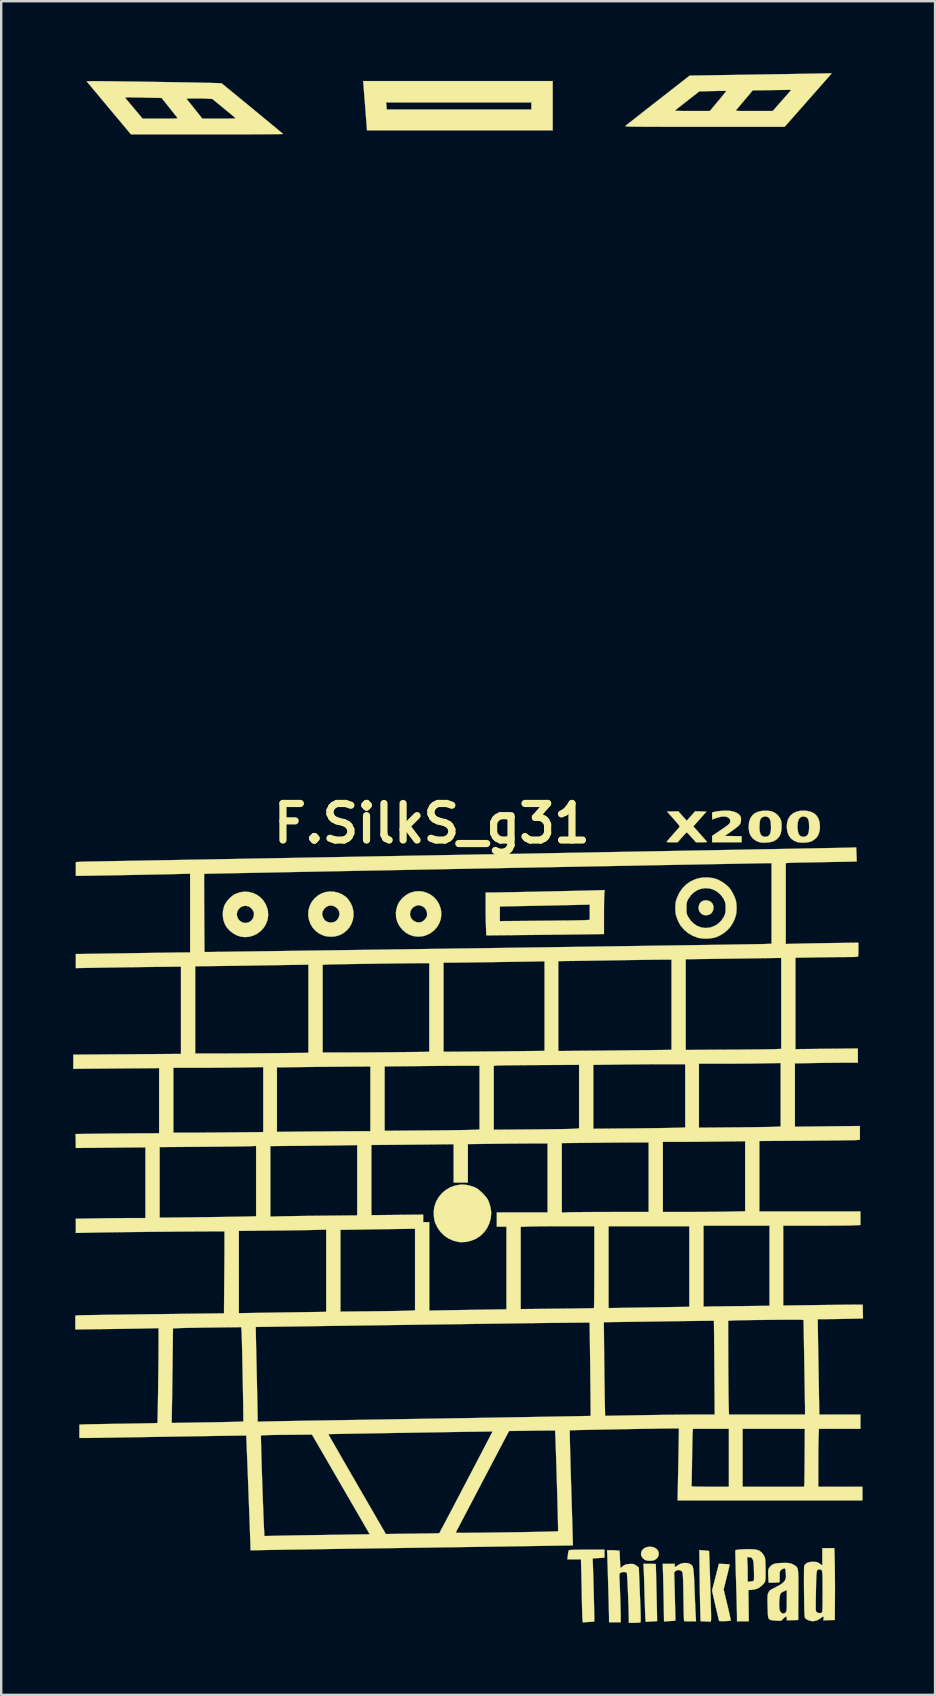
<source format=kicad_pcb>
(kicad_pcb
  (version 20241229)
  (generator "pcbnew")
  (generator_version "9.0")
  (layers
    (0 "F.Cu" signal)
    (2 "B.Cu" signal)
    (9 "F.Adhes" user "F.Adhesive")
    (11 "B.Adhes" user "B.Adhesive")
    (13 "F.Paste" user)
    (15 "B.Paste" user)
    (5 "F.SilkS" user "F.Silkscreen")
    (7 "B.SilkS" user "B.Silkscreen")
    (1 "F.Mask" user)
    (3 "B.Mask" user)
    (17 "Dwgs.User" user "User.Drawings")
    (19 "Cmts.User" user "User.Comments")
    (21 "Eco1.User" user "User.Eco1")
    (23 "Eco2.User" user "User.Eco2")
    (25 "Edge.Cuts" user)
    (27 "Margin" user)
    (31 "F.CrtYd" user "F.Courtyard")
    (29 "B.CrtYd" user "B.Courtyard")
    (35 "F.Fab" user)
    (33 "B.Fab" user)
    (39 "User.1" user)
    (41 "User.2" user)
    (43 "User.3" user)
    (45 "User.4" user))
  (footprint "F.SilkS_g31"
    (layer "F.Cu")
    (at 14.949 31.275)
    (property "Reference" "F.SilkS_g31" (at 0 0 0) (layer "F.SilkS") (effects (font (size 1.524 1.524) (thickness 0.3))))
    (attr through_hole)
    (fp_poly (pts (xy 11.542 3.221) (xy 11.634 3.27) (xy 11.69 3.326) (xy 11.733 3.418) (xy 11.743 3.522) (xy 11.722 3.626) (xy 11.672 3.717) (xy 11.615 3.771) (xy 11.529 3.811) (xy 11.427 3.825) (xy 11.328 3.813) (xy 11.286 3.797) (xy 11.201 3.732) (xy 11.145 3.645) (xy 11.119 3.546) (xy 11.124 3.443) (xy 11.16 3.346) (xy 11.228 3.265) (xy 11.243 3.253) (xy 11.334 3.211) (xy 11.437 3.201) (xy 11.542 3.221)) (stroke (width 0.01) (type solid)) (fill yes) (layer "F.SilkS"))
    (fp_poly (pts (xy 9.237 30.166) (xy 9.336 30.212) (xy 9.41 30.281) (xy 9.421 30.298) (xy 9.459 30.395) (xy 9.457 30.494) (xy 9.419 30.585) (xy 9.347 30.661) (xy 9.284 30.7) (xy 9.201 30.724) (xy 9.098 30.733) (xy 8.993 30.726) (xy 8.907 30.704) (xy 8.895 30.699) (xy 8.802 30.634) (xy 8.744 30.552) (xy 8.72 30.461) (xy 8.73 30.368) (xy 8.774 30.282) (xy 8.853 30.21) (xy 8.895 30.187) (xy 9.006 30.151) (xy 9.124 30.145) (xy 9.237 30.166)) (stroke (width 0.01) (type solid)) (fill yes) (layer "F.SilkS"))
    (fp_poly (pts (xy 5.038 -28.892) (xy -2.701 -28.892) (xy -2.77 -29.787) (xy -2.785 -29.983) (xy -2.791 -30.057) (xy -1.911 -30.057) (xy -1.897 -29.977) (xy -1.888 -29.903) (xy -1.884 -29.832) (xy -1.884 -29.829) (xy -1.884 -29.76) (xy 4.149 -29.76) (xy 4.149 -30.057) (xy -1.911 -30.057) (xy -2.791 -30.057) (xy -2.8 -30.17) (xy -2.814 -30.344) (xy -2.826 -30.498) (xy -2.836 -30.629) (xy -2.844 -30.73) (xy -2.85 -30.797) (xy -2.852 -30.813) (xy -2.864 -30.946) (xy 5.038 -30.946) (xy 5.038 -28.892)) (stroke (width 0.01) (type solid)) (fill yes) (layer "F.SilkS"))
    (fp_poly (pts (xy 12.185 30.866) (xy 12.277 30.87) (xy 12.351 30.876) (xy 12.4 30.881) (xy 12.413 30.884) (xy 12.411 30.907) (xy 12.399 30.964) (xy 12.379 31.052) (xy 12.353 31.163) (xy 12.322 31.293) (xy 12.293 31.409) (xy 12.164 31.924) (xy 12.318 32.568) (xy 12.356 32.727) (xy 12.389 32.872) (xy 12.418 32.999) (xy 12.44 33.102) (xy 12.455 33.176) (xy 12.461 33.217) (xy 12.461 33.223) (xy 12.435 33.231) (xy 12.377 33.237) (xy 12.3 33.243) (xy 12.212 33.247) (xy 12.126 33.249) (xy 12.05 33.248) (xy 11.997 33.245) (xy 11.975 33.24) (xy 11.968 33.215) (xy 11.953 33.155) (xy 11.931 33.063) (xy 11.903 32.946) (xy 11.871 32.808) (xy 11.835 32.656) (xy 11.822 32.598) (xy 11.68 31.974) (xy 11.823 31.415) (xy 11.967 30.856) (xy 12.185 30.866)) (stroke (width 0.01) (type solid)) (fill yes) (layer "F.SilkS"))
    (fp_poly (pts (xy 11.348 30.3) (xy 11.435 30.307) (xy 11.504 30.315) (xy 11.546 30.321) (xy 11.554 30.323) (xy 11.557 30.345) (xy 11.56 30.405) (xy 11.564 30.498) (xy 11.569 30.621) (xy 11.574 30.769) (xy 11.58 30.938) (xy 11.586 31.124) (xy 11.593 31.322) (xy 11.599 31.528) (xy 11.606 31.737) (xy 11.612 31.946) (xy 11.618 32.15) (xy 11.624 32.345) (xy 11.629 32.527) (xy 11.633 32.69) (xy 11.637 32.832) (xy 11.639 32.947) (xy 11.641 33.032) (xy 11.641 33.057) (xy 11.64 33.161) (xy 11.635 33.227) (xy 11.627 33.262) (xy 11.615 33.27) (xy 11.583 33.267) (xy 11.52 33.263) (xy 11.437 33.26) (xy 11.396 33.258) (xy 11.202 33.251) (xy 11.189 32.823) (xy 11.186 32.713) (xy 11.183 32.567) (xy 11.18 32.392) (xy 11.176 32.193) (xy 11.172 31.979) (xy 11.169 31.754) (xy 11.165 31.526) (xy 11.163 31.34) (xy 11.15 30.285) (xy 11.348 30.3)) (stroke (width 0.01) (type solid)) (fill yes) (layer "F.SilkS"))
    (fp_poly (pts (xy 1.414 15.06) (xy 1.562 15.089) (xy 1.709 15.132) (xy 1.835 15.185) (xy 1.848 15.191) (xy 1.932 15.246) (xy 2.028 15.327) (xy 2.128 15.422) (xy 2.22 15.521) (xy 2.295 15.616) (xy 2.335 15.678) (xy 2.388 15.8) (xy 2.432 15.945) (xy 2.463 16.094) (xy 2.476 16.229) (xy 2.476 16.244) (xy 2.456 16.459) (xy 2.398 16.665) (xy 2.307 16.858) (xy 2.185 17.031) (xy 2.037 17.178) (xy 1.864 17.295) (xy 1.82 17.318) (xy 1.618 17.397) (xy 1.412 17.443) (xy 1.211 17.452) (xy 1.109 17.442) (xy 0.892 17.388) (xy 0.691 17.297) (xy 0.512 17.172) (xy 0.357 17.018) (xy 0.231 16.838) (xy 0.138 16.635) (xy 0.116 16.566) (xy 0.093 16.446) (xy 0.081 16.304) (xy 0.083 16.157) (xy 0.097 16.022) (xy 0.105 15.979) (xy 0.174 15.773) (xy 0.277 15.585) (xy 0.411 15.421) (xy 0.572 15.282) (xy 0.755 15.172) (xy 0.955 15.096) (xy 1.169 15.055) (xy 1.282 15.05) (xy 1.414 15.06)) (stroke (width 0.01) (type solid)) (fill yes) (layer "F.SilkS"))
    (fp_poly (pts (xy 9.177 30.861) (xy 9.258 30.863) (xy 9.314 30.864) (xy 9.336 30.866) (xy 9.336 30.866) (xy 9.337 30.889) (xy 9.338 30.949) (xy 9.341 31.042) (xy 9.344 31.163) (xy 9.348 31.308) (xy 9.352 31.472) (xy 9.356 31.65) (xy 9.36 31.838) (xy 9.365 32.031) (xy 9.369 32.225) (xy 9.374 32.415) (xy 9.378 32.596) (xy 9.381 32.764) (xy 9.385 32.914) (xy 9.387 33.041) (xy 9.389 33.142) (xy 9.39 33.21) (xy 9.391 33.243) (xy 9.391 33.245) (xy 9.37 33.247) (xy 9.315 33.251) (xy 9.235 33.256) (xy 9.151 33.261) (xy 8.915 33.275) (xy 8.903 33.142) (xy 8.9 33.091) (xy 8.896 33.003) (xy 8.891 32.884) (xy 8.886 32.74) (xy 8.881 32.575) (xy 8.875 32.396) (xy 8.87 32.208) (xy 8.869 32.184) (xy 8.864 31.989) (xy 8.858 31.797) (xy 8.853 31.614) (xy 8.847 31.448) (xy 8.842 31.304) (xy 8.838 31.189) (xy 8.834 31.11) (xy 8.834 31.11) (xy 8.821 30.861) (xy 9.078 30.861) (xy 9.177 30.861)) (stroke (width 0.01) (type solid)) (fill yes) (layer "F.SilkS"))
    (fp_poly (pts (xy 12.435 -0.526) (xy 12.576 -0.497) (xy 12.699 -0.45) (xy 12.795 -0.388) (xy 12.85 -0.326) (xy 12.877 -0.272) (xy 12.888 -0.214) (xy 12.887 -0.135) (xy 12.886 -0.125) (xy 12.878 -0.049) (xy 12.86 0.004) (xy 12.825 0.053) (xy 12.794 0.086) (xy 12.745 0.13) (xy 12.671 0.19) (xy 12.58 0.259) (xy 12.482 0.33) (xy 12.46 0.345) (xy 12.21 0.519) (xy 12.912 0.53) (xy 12.912 0.783) (xy 11.684 0.783) (xy 11.684 0.516) (xy 12.021 0.289) (xy 12.13 0.215) (xy 12.229 0.145) (xy 12.312 0.084) (xy 12.372 0.036) (xy 12.402 0.007) (xy 12.441 -0.069) (xy 12.437 -0.146) (xy 12.393 -0.216) (xy 12.392 -0.218) (xy 12.311 -0.27) (xy 12.202 -0.292) (xy 12.068 -0.284) (xy 11.913 -0.247) (xy 11.835 -0.22) (xy 11.766 -0.195) (xy 11.715 -0.176) (xy 11.692 -0.169) (xy 11.692 -0.169) (xy 11.688 -0.189) (xy 11.685 -0.24) (xy 11.684 -0.311) (xy 11.684 -0.315) (xy 11.684 -0.461) (xy 11.784 -0.486) (xy 11.898 -0.507) (xy 12.036 -0.523) (xy 12.184 -0.532) (xy 12.322 -0.534) (xy 12.435 -0.526)) (stroke (width 0.01) (type solid)) (fill yes) (layer "F.SilkS"))
    (fp_poly (pts (xy 7.197 30.603) (xy 6.95 30.618) (xy 6.704 30.634) (xy 6.717 30.996) (xy 6.722 31.149) (xy 6.728 31.321) (xy 6.734 31.507) (xy 6.739 31.703) (xy 6.745 31.905) (xy 6.75 32.108) (xy 6.755 32.308) (xy 6.76 32.501) (xy 6.764 32.681) (xy 6.767 32.845) (xy 6.77 32.987) (xy 6.772 33.105) (xy 6.773 33.192) (xy 6.773 33.246) (xy 6.772 33.261) (xy 6.748 33.265) (xy 6.691 33.27) (xy 6.61 33.277) (xy 6.526 33.282) (xy 6.29 33.296) (xy 6.278 33.142) (xy 6.275 33.081) (xy 6.271 32.985) (xy 6.267 32.861) (xy 6.263 32.714) (xy 6.26 32.553) (xy 6.256 32.384) (xy 6.255 32.343) (xy 6.252 32.147) (xy 6.248 31.934) (xy 6.243 31.717) (xy 6.238 31.507) (xy 6.234 31.317) (xy 6.23 31.184) (xy 6.217 30.671) (xy 5.649 30.671) (xy 5.661 30.575) (xy 5.671 30.49) (xy 5.682 30.401) (xy 5.684 30.387) (xy 5.694 30.329) (xy 5.712 30.3) (xy 5.75 30.286) (xy 5.774 30.282) (xy 5.814 30.279) (xy 5.891 30.276) (xy 5.998 30.273) (xy 6.131 30.271) (xy 6.282 30.269) (xy 6.446 30.269) (xy 6.525 30.269) (xy 7.197 30.268) (xy 7.197 30.603)) (stroke (width 0.01) (type solid)) (fill yes) (layer "F.SilkS"))
    (fp_poly (pts (xy 15.579 -0.532) (xy 15.626 -0.527) (xy 15.794 -0.489) (xy 15.932 -0.422) (xy 16.04 -0.326) (xy 16.117 -0.2) (xy 16.164 -0.046) (xy 16.179 0.137) (xy 16.179 0.148) (xy 16.162 0.325) (xy 16.113 0.474) (xy 16.031 0.596) (xy 15.916 0.693) (xy 15.822 0.744) (xy 15.725 0.774) (xy 15.603 0.793) (xy 15.47 0.8) (xy 15.341 0.794) (xy 15.233 0.775) (xy 15.087 0.714) (xy 14.969 0.623) (xy 14.881 0.502) (xy 14.823 0.354) (xy 14.797 0.181) (xy 14.796 0.127) (xy 14.798 0.1) (xy 15.243 0.1) (xy 15.247 0.219) (xy 15.265 0.349) (xy 15.296 0.443) (xy 15.343 0.506) (xy 15.408 0.542) (xy 15.508 0.556) (xy 15.596 0.531) (xy 15.637 0.502) (xy 15.678 0.448) (xy 15.706 0.372) (xy 15.722 0.267) (xy 15.727 0.127) (xy 15.721 -0.018) (xy 15.705 -0.127) (xy 15.673 -0.204) (xy 15.625 -0.254) (xy 15.557 -0.282) (xy 15.51 -0.291) (xy 15.416 -0.283) (xy 15.342 -0.239) (xy 15.288 -0.16) (xy 15.255 -0.047) (xy 15.243 0.1) (xy 14.798 0.1) (xy 14.81 -0.044) (xy 14.854 -0.188) (xy 14.93 -0.31) (xy 14.95 -0.333) (xy 15.07 -0.433) (xy 15.216 -0.5) (xy 15.385 -0.533) (xy 15.579 -0.532)) (stroke (width 0.01) (type solid)) (fill yes) (layer "F.SilkS"))
    (fp_poly (pts (xy -4.066 2.846) (xy -3.888 2.889) (xy -3.723 2.962) (xy -3.578 3.063) (xy -3.488 3.156) (xy -3.378 3.322) (xy -3.305 3.495) (xy -3.268 3.673) (xy -3.264 3.849) (xy -3.292 4.02) (xy -3.35 4.182) (xy -3.436 4.331) (xy -3.548 4.461) (xy -3.683 4.57) (xy -3.841 4.652) (xy -4.018 4.703) (xy -4.206 4.719) (xy -4.328 4.711) (xy -4.444 4.692) (xy -4.492 4.679) (xy -4.675 4.6) (xy -4.834 4.487) (xy -4.964 4.345) (xy -5.059 4.185) (xy -5.126 3.996) (xy -5.152 3.805) (xy -5.15 3.777) (xy -4.572 3.777) (xy -4.557 3.856) (xy -4.519 3.944) (xy -4.468 4.022) (xy -4.424 4.064) (xy -4.322 4.113) (xy -4.209 4.131) (xy -4.098 4.116) (xy -4.002 4.069) (xy -3.921 3.986) (xy -3.869 3.884) (xy -3.85 3.774) (xy -3.865 3.666) (xy -3.883 3.621) (xy -3.949 3.534) (xy -4.038 3.467) (xy -4.14 3.427) (xy -4.243 3.418) (xy -4.286 3.426) (xy -4.394 3.475) (xy -4.482 3.553) (xy -4.543 3.65) (xy -4.571 3.758) (xy -4.572 3.777) (xy -5.15 3.777) (xy -5.14 3.618) (xy -5.091 3.438) (xy -5.008 3.272) (xy -4.891 3.124) (xy -4.744 2.999) (xy -4.597 2.915) (xy -4.428 2.857) (xy -4.248 2.835) (xy -4.066 2.846)) (stroke (width 0.01) (type solid)) (fill yes) (layer "F.SilkS"))
    (fp_poly (pts (xy -0.383 2.837) (xy -0.216 2.884) (xy -0.06 2.96) (xy 0.081 3.065) (xy 0.202 3.196) (xy 0.298 3.352) (xy 0.365 3.532) (xy 0.385 3.628) (xy 0.397 3.816) (xy 0.37 3.996) (xy 0.309 4.164) (xy 0.218 4.316) (xy 0.101 4.449) (xy -0.039 4.559) (xy -0.196 4.643) (xy -0.367 4.697) (xy -0.548 4.717) (xy -0.736 4.699) (xy -0.773 4.691) (xy -0.942 4.633) (xy -1.092 4.545) (xy -1.219 4.436) (xy -1.347 4.279) (xy -1.437 4.107) (xy -1.488 3.922) (xy -1.496 3.768) (xy -0.91 3.768) (xy -0.891 3.881) (xy -0.839 3.978) (xy -0.76 4.054) (xy -0.664 4.105) (xy -0.556 4.125) (xy -0.445 4.109) (xy -0.417 4.099) (xy -0.341 4.051) (xy -0.271 3.979) (xy -0.219 3.898) (xy -0.2 3.842) (xy -0.198 3.726) (xy -0.231 3.618) (xy -0.294 3.525) (xy -0.382 3.455) (xy -0.487 3.415) (xy -0.554 3.408) (xy -0.663 3.428) (xy -0.76 3.482) (xy -0.84 3.562) (xy -0.892 3.662) (xy -0.91 3.768) (xy -1.496 3.768) (xy -1.498 3.728) (xy -1.485 3.614) (xy -1.439 3.433) (xy -1.362 3.275) (xy -1.248 3.131) (xy -1.219 3.1) (xy -1.067 2.976) (xy -0.903 2.889) (xy -0.731 2.838) (xy -0.557 2.821) (xy -0.383 2.837)) (stroke (width 0.01) (type solid)) (fill yes) (layer "F.SilkS"))
    (fp_poly (pts (xy -7.628 2.852) (xy -7.452 2.897) (xy -7.288 2.974) (xy -7.142 3.082) (xy -7.017 3.216) (xy -6.919 3.377) (xy -6.852 3.559) (xy -6.832 3.65) (xy -6.821 3.838) (xy -6.848 4.017) (xy -6.91 4.185) (xy -7.001 4.338) (xy -7.119 4.471) (xy -7.259 4.581) (xy -7.418 4.664) (xy -7.591 4.717) (xy -7.775 4.736) (xy -7.956 4.718) (xy -8.116 4.668) (xy -8.272 4.585) (xy -8.414 4.477) (xy -8.533 4.349) (xy -8.62 4.211) (xy -8.621 4.209) (xy -8.686 4.026) (xy -8.714 3.834) (xy -8.711 3.787) (xy -8.128 3.787) (xy -8.109 3.9) (xy -8.057 3.998) (xy -7.979 4.075) (xy -7.883 4.126) (xy -7.775 4.146) (xy -7.664 4.131) (xy -7.635 4.12) (xy -7.537 4.058) (xy -7.464 3.968) (xy -7.421 3.86) (xy -7.413 3.744) (xy -7.418 3.714) (xy -7.449 3.635) (xy -7.507 3.555) (xy -7.58 3.489) (xy -7.635 3.458) (xy -7.748 3.431) (xy -7.858 3.442) (xy -7.958 3.485) (xy -8.041 3.556) (xy -8.1 3.65) (xy -8.127 3.761) (xy -8.128 3.787) (xy -8.711 3.787) (xy -8.705 3.641) (xy -8.66 3.456) (xy -8.623 3.369) (xy -8.555 3.259) (xy -8.46 3.147) (xy -8.351 3.044) (xy -8.239 2.963) (xy -8.188 2.936) (xy -8.001 2.869) (xy -7.813 2.842) (xy -7.628 2.852)) (stroke (width 0.01) (type solid)) (fill yes) (layer "F.SilkS"))
    (fp_poly (pts (xy 11.211 -0.504) (xy 11.448 -0.497) (xy 11.279 -0.307) (xy 11.199 -0.218) (xy 11.119 -0.126) (xy 11.047 -0.045) (xy 11.006 0.002) (xy 10.902 0.121) (xy 11.187 0.441) (xy 11.274 0.538) (xy 11.349 0.624) (xy 11.411 0.695) (xy 11.453 0.745) (xy 11.472 0.77) (xy 11.472 0.772) (xy 11.453 0.776) (xy 11.399 0.78) (xy 11.32 0.782) (xy 11.241 0.783) (xy 11.01 0.783) (xy 10.826 0.577) (xy 10.756 0.5) (xy 10.696 0.436) (xy 10.651 0.391) (xy 10.628 0.371) (xy 10.626 0.37) (xy 10.607 0.385) (xy 10.566 0.426) (xy 10.508 0.487) (xy 10.44 0.562) (xy 10.427 0.577) (xy 10.243 0.783) (xy 10.01 0.783) (xy 9.905 0.782) (xy 9.837 0.779) (xy 9.8 0.772) (xy 9.791 0.761) (xy 9.792 0.757) (xy 9.811 0.733) (xy 9.853 0.683) (xy 9.913 0.613) (xy 9.987 0.529) (xy 10.051 0.455) (xy 10.133 0.363) (xy 10.206 0.28) (xy 10.266 0.212) (xy 10.306 0.165) (xy 10.322 0.148) (xy 10.328 0.132) (xy 10.322 0.109) (xy 10.301 0.074) (xy 10.262 0.023) (xy 10.201 -0.049) (xy 10.116 -0.147) (xy 10.077 -0.191) (xy 9.805 -0.497) (xy 10.04 -0.503) (xy 10.274 -0.509) (xy 10.392 -0.377) (xy 10.455 -0.306) (xy 10.516 -0.238) (xy 10.562 -0.187) (xy 10.567 -0.18) (xy 10.626 -0.116) (xy 10.684 -0.181) (xy 10.726 -0.228) (xy 10.785 -0.294) (xy 10.848 -0.366) (xy 10.858 -0.377) (xy 10.975 -0.51) (xy 11.211 -0.504)) (stroke (width 0.01) (type solid)) (fill yes) (layer "F.SilkS"))
    (fp_poly (pts (xy 13.982 -0.531) (xy 14.073 -0.523) (xy 14.143 -0.512) (xy 14.153 -0.51) (xy 14.286 -0.454) (xy 14.405 -0.364) (xy 14.497 -0.252) (xy 14.507 -0.233) (xy 14.539 -0.172) (xy 14.559 -0.117) (xy 14.571 -0.053) (xy 14.578 0.032) (xy 14.58 0.087) (xy 14.574 0.274) (xy 14.539 0.431) (xy 14.473 0.559) (xy 14.377 0.661) (xy 14.248 0.738) (xy 14.239 0.741) (xy 14.148 0.769) (xy 14.031 0.789) (xy 13.903 0.798) (xy 13.781 0.798) (xy 13.679 0.785) (xy 13.668 0.783) (xy 13.522 0.727) (xy 13.399 0.641) (xy 13.303 0.53) (xy 13.241 0.4) (xy 13.239 0.394) (xy 13.224 0.318) (xy 13.212 0.222) (xy 13.211 0.199) (xy 13.657 0.199) (xy 13.663 0.298) (xy 13.673 0.355) (xy 13.706 0.449) (xy 13.754 0.51) (xy 13.826 0.545) (xy 13.834 0.547) (xy 13.933 0.556) (xy 14.017 0.526) (xy 14.064 0.484) (xy 14.104 0.417) (xy 14.128 0.325) (xy 14.138 0.203) (xy 14.134 0.057) (xy 14.122 -0.068) (xy 14.1 -0.159) (xy 14.066 -0.221) (xy 14.017 -0.262) (xy 14.009 -0.266) (xy 13.919 -0.293) (xy 13.83 -0.285) (xy 13.753 -0.247) (xy 13.699 -0.181) (xy 13.696 -0.176) (xy 13.678 -0.112) (xy 13.665 -0.019) (xy 13.657 0.089) (xy 13.657 0.199) (xy 13.211 0.199) (xy 13.208 0.124) (xy 13.208 0.124) (xy 13.224 -0.056) (xy 13.273 -0.208) (xy 13.352 -0.332) (xy 13.463 -0.427) (xy 13.602 -0.492) (xy 13.771 -0.527) (xy 13.885 -0.533) (xy 13.982 -0.531)) (stroke (width 0.01) (type solid)) (fill yes) (layer "F.SilkS"))
    (fp_poly (pts (xy 7.189 2.948) (xy 7.186 3.011) (xy 7.183 3.11) (xy 7.181 3.238) (xy 7.178 3.39) (xy 7.177 3.558) (xy 7.176 3.737) (xy 7.176 3.865) (xy 7.176 4.608) (xy 6.165 4.622) (xy 5.956 4.624) (xy 5.712 4.627) (xy 5.44 4.631) (xy 5.149 4.634) (xy 4.846 4.637) (xy 4.538 4.641) (xy 4.233 4.644) (xy 3.938 4.647) (xy 3.713 4.649) (xy 2.272 4.663) (xy 2.258 4.327) (xy 2.254 4.207) (xy 2.25 4.056) (xy 2.247 3.885) (xy 2.245 3.704) (xy 2.244 3.526) (xy 2.244 3.459) (xy 2.836 3.459) (xy 2.836 4.069) (xy 4.482 4.056) (xy 4.749 4.053) (xy 5.008 4.051) (xy 5.256 4.048) (xy 5.489 4.045) (xy 5.702 4.043) (xy 5.893 4.04) (xy 6.058 4.037) (xy 6.191 4.034) (xy 6.291 4.032) (xy 6.352 4.03) (xy 6.355 4.03) (xy 6.583 4.017) (xy 6.583 3.38) (xy 6.038 3.393) (xy 5.915 3.396) (xy 5.756 3.399) (xy 5.566 3.404) (xy 5.351 3.408) (xy 5.118 3.413) (xy 4.871 3.418) (xy 4.616 3.423) (xy 4.36 3.428) (xy 4.165 3.432) (xy 2.836 3.459) (xy 2.244 3.459) (xy 2.244 3.434) (xy 2.244 2.879) (xy 2.437 2.879) (xy 2.494 2.878) (xy 2.589 2.877) (xy 2.72 2.875) (xy 2.881 2.872) (xy 3.07 2.868) (xy 3.283 2.864) (xy 3.515 2.86) (xy 3.764 2.855) (xy 4.025 2.849) (xy 4.296 2.844) (xy 4.571 2.838) (xy 4.848 2.832) (xy 5.122 2.826) (xy 5.391 2.821) (xy 5.649 2.815) (xy 5.894 2.809) (xy 6.122 2.804) (xy 6.329 2.8) (xy 6.511 2.795) (xy 6.665 2.791) (xy 6.787 2.788) (xy 6.873 2.786) (xy 6.898 2.785) (xy 7.203 2.774) (xy 7.189 2.948)) (stroke (width 0.01) (type solid)) (fill yes) (layer "F.SilkS"))
    (fp_poly (pts (xy 10.714 30.843) (xy 10.797 30.884) (xy 10.824 30.905) (xy 10.847 30.928) (xy 10.866 30.959) (xy 10.882 30.999) (xy 10.895 31.054) (xy 10.906 31.127) (xy 10.916 31.223) (xy 10.925 31.344) (xy 10.933 31.495) (xy 10.941 31.679) (xy 10.95 31.901) (xy 10.952 31.962) (xy 10.96 32.16) (xy 10.968 32.353) (xy 10.976 32.534) (xy 10.983 32.699) (xy 10.989 32.84) (xy 10.995 32.953) (xy 10.999 33.031) (xy 11 33.046) (xy 11.013 33.253) (xy 10.523 33.253) (xy 10.512 33.195) (xy 10.509 33.161) (xy 10.506 33.09) (xy 10.503 32.987) (xy 10.499 32.856) (xy 10.496 32.702) (xy 10.493 32.53) (xy 10.489 32.345) (xy 10.489 32.29) (xy 10.485 32.047) (xy 10.482 31.842) (xy 10.478 31.673) (xy 10.474 31.536) (xy 10.47 31.427) (xy 10.464 31.342) (xy 10.458 31.278) (xy 10.449 31.232) (xy 10.439 31.2) (xy 10.427 31.178) (xy 10.412 31.163) (xy 10.395 31.151) (xy 10.393 31.15) (xy 10.307 31.118) (xy 10.225 31.121) (xy 10.157 31.159) (xy 10.149 31.166) (xy 10.102 31.218) (xy 10.13 32.219) (xy 10.135 32.42) (xy 10.14 32.608) (xy 10.144 32.779) (xy 10.148 32.928) (xy 10.151 33.051) (xy 10.152 33.145) (xy 10.153 33.204) (xy 10.152 33.225) (xy 10.131 33.228) (xy 10.075 33.233) (xy 9.995 33.239) (xy 9.913 33.245) (xy 9.679 33.259) (xy 9.666 32.446) (xy 9.662 32.245) (xy 9.658 32.039) (xy 9.654 31.837) (xy 9.649 31.648) (xy 9.645 31.478) (xy 9.641 31.336) (xy 9.638 31.247) (xy 9.625 30.861) (xy 10.132 30.861) (xy 10.122 30.924) (xy 10.121 30.969) (xy 10.137 30.985) (xy 10.174 30.971) (xy 10.237 30.929) (xy 10.254 30.916) (xy 10.357 30.859) (xy 10.477 30.827) (xy 10.6 30.822) (xy 10.714 30.843)) (stroke (width 0.01) (type solid)) (fill yes) (layer "F.SilkS"))
    (fp_poly (pts (xy 13.287 30.249) (xy 13.394 30.253) (xy 13.483 30.261) (xy 13.522 30.267) (xy 13.649 30.312) (xy 13.756 30.393) (xy 13.838 30.505) (xy 13.847 30.522) (xy 13.866 30.562) (xy 13.88 30.598) (xy 13.891 30.637) (xy 13.898 30.686) (xy 13.903 30.751) (xy 13.906 30.839) (xy 13.909 30.957) (xy 13.911 31.105) (xy 13.913 31.264) (xy 13.913 31.388) (xy 13.909 31.483) (xy 13.9 31.555) (xy 13.884 31.611) (xy 13.858 31.657) (xy 13.821 31.701) (xy 13.772 31.749) (xy 13.717 31.798) (xy 13.632 31.861) (xy 13.534 31.905) (xy 13.414 31.933) (xy 13.282 31.946) (xy 13.197 31.951) (xy 13.212 33.253) (xy 12.721 33.253) (xy 12.72 33.004) (xy 12.719 32.936) (xy 12.717 32.831) (xy 12.713 32.692) (xy 12.709 32.526) (xy 12.704 32.337) (xy 12.699 32.13) (xy 12.692 31.91) (xy 12.685 31.68) (xy 12.681 31.538) (xy 12.674 31.315) (xy 12.668 31.104) (xy 12.663 30.909) (xy 12.659 30.735) (xy 12.655 30.586) (xy 13.138 30.586) (xy 13.152 30.748) (xy 13.157 30.827) (xy 13.161 30.936) (xy 13.164 31.064) (xy 13.165 31.197) (xy 13.166 31.258) (xy 13.166 31.607) (xy 13.284 31.597) (xy 13.358 31.586) (xy 13.408 31.569) (xy 13.421 31.558) (xy 13.427 31.527) (xy 13.43 31.462) (xy 13.431 31.368) (xy 13.43 31.252) (xy 13.427 31.136) (xy 13.422 30.994) (xy 13.417 30.887) (xy 13.41 30.808) (xy 13.402 30.751) (xy 13.39 30.709) (xy 13.376 30.674) (xy 13.371 30.665) (xy 13.339 30.615) (xy 13.307 30.592) (xy 13.255 30.586) (xy 13.233 30.586) (xy 13.138 30.586) (xy 12.655 30.586) (xy 12.655 30.584) (xy 12.653 30.461) (xy 12.651 30.37) (xy 12.651 30.314) (xy 12.652 30.298) (xy 12.677 30.284) (xy 12.736 30.273) (xy 12.822 30.263) (xy 12.928 30.256) (xy 13.046 30.251) (xy 13.168 30.248) (xy 13.287 30.249)) (stroke (width 0.01) (type solid)) (fill yes) (layer "F.SilkS"))
    (fp_poly (pts (xy 7.565 30.291) (xy 7.658 30.296) (xy 7.729 30.302) (xy 7.731 30.303) (xy 7.826 30.316) (xy 7.841 30.668) (xy 7.847 30.785) (xy 7.852 30.887) (xy 7.858 30.966) (xy 7.863 31.016) (xy 7.865 31.029) (xy 7.884 31.021) (xy 7.922 30.991) (xy 7.947 30.968) (xy 8.018 30.916) (xy 8.107 30.882) (xy 8.222 30.865) (xy 8.314 30.862) (xy 8.386 30.865) (xy 8.442 30.882) (xy 8.502 30.919) (xy 8.527 30.936) (xy 8.628 31.012) (xy 8.674 32.147) (xy 8.684 32.405) (xy 8.693 32.623) (xy 8.699 32.805) (xy 8.703 32.954) (xy 8.706 33.071) (xy 8.707 33.161) (xy 8.706 33.226) (xy 8.703 33.269) (xy 8.698 33.292) (xy 8.694 33.299) (xy 8.663 33.306) (xy 8.6 33.311) (xy 8.514 33.315) (xy 8.44 33.316) (xy 8.213 33.316) (xy 8.212 33.216) (xy 8.211 33.103) (xy 8.208 32.966) (xy 8.204 32.809) (xy 8.199 32.638) (xy 8.192 32.458) (xy 8.185 32.273) (xy 8.178 32.089) (xy 8.17 31.911) (xy 8.162 31.743) (xy 8.154 31.59) (xy 8.146 31.458) (xy 8.139 31.351) (xy 8.133 31.275) (xy 8.128 31.234) (xy 8.126 31.229) (xy 8.084 31.207) (xy 8.019 31.199) (xy 7.947 31.204) (xy 7.884 31.221) (xy 7.854 31.241) (xy 7.834 31.266) (xy 7.823 31.298) (xy 7.819 31.348) (xy 7.821 31.426) (xy 7.823 31.468) (xy 7.827 31.569) (xy 7.833 31.7) (xy 7.839 31.854) (xy 7.845 32.024) (xy 7.851 32.203) (xy 7.856 32.385) (xy 7.862 32.561) (xy 7.866 32.726) (xy 7.87 32.872) (xy 7.873 32.993) (xy 7.874 33.08) (xy 7.874 33.102) (xy 7.874 33.295) (xy 7.387 33.295) (xy 7.387 33.134) (xy 7.387 33.078) (xy 7.385 32.984) (xy 7.382 32.858) (xy 7.378 32.705) (xy 7.374 32.529) (xy 7.369 32.336) (xy 7.363 32.131) (xy 7.357 31.918) (xy 7.351 31.703) (xy 7.345 31.49) (xy 7.339 31.285) (xy 7.334 31.093) (xy 7.328 30.919) (xy 7.323 30.767) (xy 7.319 30.642) (xy 7.316 30.551) (xy 7.315 30.528) (xy 7.304 30.29) (xy 7.47 30.29) (xy 7.565 30.291)) (stroke (width 0.01) (type solid)) (fill yes) (layer "F.SilkS"))
    (fp_poly (pts (xy 11.717 2.275) (xy 11.837 2.305) (xy 11.968 2.36) (xy 12.108 2.44) (xy 12.244 2.536) (xy 12.36 2.638) (xy 12.394 2.673) (xy 12.468 2.773) (xy 12.543 2.899) (xy 12.61 3.035) (xy 12.66 3.167) (xy 12.679 3.233) (xy 12.695 3.342) (xy 12.703 3.474) (xy 12.701 3.612) (xy 12.691 3.739) (xy 12.678 3.815) (xy 12.627 3.976) (xy 12.549 4.141) (xy 12.454 4.294) (xy 12.408 4.353) (xy 12.296 4.467) (xy 12.157 4.576) (xy 12.008 4.668) (xy 11.862 4.734) (xy 11.837 4.743) (xy 11.681 4.779) (xy 11.505 4.797) (xy 11.325 4.797) (xy 11.159 4.778) (xy 11.094 4.763) (xy 10.889 4.687) (xy 10.696 4.577) (xy 10.525 4.437) (xy 10.383 4.275) (xy 10.359 4.239) (xy 10.313 4.16) (xy 10.265 4.06) (xy 10.222 3.957) (xy 10.215 3.938) (xy 10.185 3.849) (xy 10.167 3.774) (xy 10.156 3.698) (xy 10.152 3.606) (xy 10.151 3.524) (xy 10.615 3.524) (xy 10.616 3.629) (xy 10.62 3.703) (xy 10.628 3.759) (xy 10.645 3.809) (xy 10.671 3.863) (xy 10.682 3.885) (xy 10.787 4.045) (xy 10.916 4.174) (xy 11.065 4.27) (xy 11.229 4.331) (xy 11.403 4.355) (xy 11.583 4.339) (xy 11.629 4.328) (xy 11.798 4.263) (xy 11.951 4.162) (xy 12.08 4.03) (xy 12.18 3.874) (xy 12.188 3.857) (xy 12.215 3.794) (xy 12.232 3.736) (xy 12.241 3.67) (xy 12.245 3.583) (xy 12.245 3.524) (xy 12.244 3.42) (xy 12.238 3.345) (xy 12.225 3.285) (xy 12.204 3.226) (xy 12.188 3.191) (xy 12.142 3.11) (xy 12.079 3.021) (xy 12.024 2.956) (xy 11.884 2.836) (xy 11.73 2.753) (xy 11.568 2.707) (xy 11.401 2.695) (xy 11.236 2.718) (xy 11.078 2.774) (xy 10.932 2.864) (xy 10.802 2.986) (xy 10.695 3.138) (xy 10.683 3.162) (xy 10.653 3.222) (xy 10.633 3.272) (xy 10.622 3.324) (xy 10.617 3.391) (xy 10.615 3.483) (xy 10.615 3.524) (xy 10.151 3.524) (xy 10.153 3.412) (xy 10.159 3.326) (xy 10.171 3.252) (xy 10.193 3.175) (xy 10.215 3.111) (xy 10.313 2.893) (xy 10.442 2.703) (xy 10.599 2.543) (xy 10.784 2.414) (xy 10.994 2.319) (xy 11.114 2.283) (xy 11.307 2.252) (xy 11.514 2.249) (xy 11.717 2.275)) (stroke (width 0.01) (type solid)) (fill yes) (layer "F.SilkS"))
    (fp_poly (pts (xy 16.795 30.866) (xy 16.798 31.05) (xy 16.801 31.266) (xy 16.802 31.502) (xy 16.804 31.748) (xy 16.804 31.994) (xy 16.803 32.227) (xy 16.802 32.364) (xy 16.796 33.2) (xy 16.317 33.212) (xy 16.331 33.137) (xy 16.337 33.087) (xy 16.327 33.066) (xy 16.309 33.062) (xy 16.272 33.076) (xy 16.221 33.11) (xy 16.192 33.134) (xy 16.084 33.204) (xy 16.003 33.229) (xy 15.93 33.244) (xy 15.881 33.249) (xy 15.838 33.246) (xy 15.801 33.239) (xy 15.691 33.206) (xy 15.607 33.163) (xy 15.558 33.114) (xy 15.555 33.109) (xy 15.548 33.088) (xy 15.542 33.051) (xy 15.537 32.996) (xy 15.532 32.919) (xy 15.528 32.818) (xy 15.525 32.687) (xy 15.523 32.618) (xy 16.002 32.618) (xy 16.003 32.699) (xy 16.005 32.758) (xy 16.009 32.799) (xy 16.015 32.827) (xy 16.022 32.846) (xy 16.032 32.859) (xy 16.041 32.869) (xy 16.101 32.903) (xy 16.176 32.914) (xy 16.245 32.899) (xy 16.256 32.893) (xy 16.264 32.884) (xy 16.271 32.863) (xy 16.276 32.828) (xy 16.28 32.774) (xy 16.283 32.698) (xy 16.285 32.596) (xy 16.287 32.465) (xy 16.287 32.3) (xy 16.288 32.097) (xy 16.288 32.019) (xy 16.288 31.797) (xy 16.287 31.614) (xy 16.286 31.465) (xy 16.283 31.348) (xy 16.278 31.259) (xy 16.271 31.193) (xy 16.261 31.148) (xy 16.247 31.119) (xy 16.23 31.103) (xy 16.208 31.096) (xy 16.181 31.094) (xy 16.161 31.094) (xy 16.129 31.094) (xy 16.102 31.098) (xy 16.081 31.108) (xy 16.064 31.13) (xy 16.05 31.165) (xy 16.04 31.219) (xy 16.032 31.295) (xy 16.026 31.396) (xy 16.021 31.527) (xy 16.017 31.691) (xy 16.013 31.892) (xy 16.011 31.996) (xy 16.008 32.205) (xy 16.005 32.375) (xy 16.003 32.512) (xy 16.002 32.618) (xy 15.523 32.618) (xy 15.522 32.526) (xy 15.519 32.329) (xy 15.516 32.094) (xy 15.515 32.025) (xy 15.513 31.819) (xy 15.512 31.624) (xy 15.512 31.445) (xy 15.513 31.286) (xy 15.514 31.152) (xy 15.516 31.046) (xy 15.519 30.975) (xy 15.523 30.94) (xy 15.523 30.94) (xy 15.557 30.886) (xy 15.623 30.833) (xy 15.63 30.829) (xy 15.685 30.801) (xy 15.741 30.785) (xy 15.812 30.778) (xy 15.89 30.776) (xy 15.978 30.778) (xy 16.039 30.784) (xy 16.087 30.8) (xy 16.137 30.829) (xy 16.169 30.851) (xy 16.277 30.925) (xy 16.277 30.205) (xy 16.78 30.205) (xy 16.795 30.866)) (stroke (width 0.01) (type solid)) (fill yes) (layer "F.SilkS"))
    (fp_poly (pts (xy -14.034 -30.942) (xy -13.909 -30.942) (xy -13.752 -30.94) (xy -13.566 -30.938) (xy -13.356 -30.936) (xy -13.123 -30.933) (xy -12.872 -30.93) (xy -12.606 -30.926) (xy -12.328 -30.923) (xy -12.042 -30.919) (xy -11.752 -30.914) (xy -11.46 -30.91) (xy -11.17 -30.905) (xy -10.886 -30.901) (xy -10.611 -30.896) (xy -10.348 -30.892) (xy -10.101 -30.888) (xy -9.874 -30.883) (xy -9.668 -30.879) (xy -9.489 -30.876) (xy -9.34 -30.872) (xy -9.235 -30.87) (xy -8.766 -30.856) (xy -7.489 -29.809) (xy -7.287 -29.643) (xy -7.096 -29.485) (xy -6.916 -29.337) (xy -6.751 -29.2) (xy -6.603 -29.077) (xy -6.474 -28.971) (xy -6.368 -28.882) (xy -6.286 -28.813) (xy -6.232 -28.766) (xy -6.207 -28.744) (xy -6.205 -28.742) (xy -6.225 -28.74) (xy -6.286 -28.737) (xy -6.385 -28.735) (xy -6.52 -28.733) (xy -6.691 -28.732) (xy -6.894 -28.73) (xy -7.129 -28.729) (xy -7.392 -28.727) (xy -7.683 -28.726) (xy -7.999 -28.726) (xy -8.339 -28.725) (xy -8.701 -28.725) (xy -9.082 -28.725) (xy -9.37 -28.725) (xy -12.541 -28.726) (xy -13.465 -29.831) (xy -13.822 -30.258) (xy -12.791 -30.258) (xy -12.423 -29.819) (xy -12.055 -29.379) (xy -11.318 -29.379) (xy -11.122 -29.379) (xy -10.965 -29.38) (xy -10.842 -29.381) (xy -10.749 -29.382) (xy -10.683 -29.385) (xy -10.639 -29.389) (xy -10.614 -29.394) (xy -10.603 -29.401) (xy -10.603 -29.409) (xy -10.609 -29.418) (xy -10.629 -29.445) (xy -10.672 -29.5) (xy -10.734 -29.578) (xy -10.809 -29.673) (xy -10.895 -29.781) (xy -10.95 -29.85) (xy -11.243 -30.215) (xy -10.231 -30.215) (xy -9.897 -29.797) (xy -9.564 -29.379) (xy -8.862 -29.379) (xy -8.672 -29.379) (xy -8.52 -29.38) (xy -8.402 -29.381) (xy -8.315 -29.382) (xy -8.254 -29.385) (xy -8.215 -29.389) (xy -8.195 -29.394) (xy -8.189 -29.401) (xy -8.194 -29.411) (xy -8.203 -29.42) (xy -8.23 -29.443) (xy -8.285 -29.49) (xy -8.363 -29.556) (xy -8.46 -29.636) (xy -8.572 -29.728) (xy -8.692 -29.826) (xy -8.697 -29.83) (xy -9.149 -30.201) (xy -9.406 -30.215) (xy -9.535 -30.22) (xy -9.686 -30.223) (xy -9.837 -30.224) (xy -9.947 -30.222) (xy -10.231 -30.215) (xy -11.243 -30.215) (xy -11.265 -30.242) (xy -11.945 -30.257) (xy -12.115 -30.261) (xy -12.274 -30.264) (xy -12.418 -30.265) (xy -12.539 -30.267) (xy -12.633 -30.267) (xy -12.693 -30.266) (xy -12.709 -30.265) (xy -12.791 -30.258) (xy -13.822 -30.258) (xy -14.388 -30.935) (xy -14.174 -30.942) (xy -14.123 -30.942) (xy -14.034 -30.942)) (stroke (width 0.01) (type solid)) (fill yes) (layer "F.SilkS"))
    (fp_poly (pts (xy 14.829 30.822) (xy 14.917 30.832) (xy 14.99 30.851) (xy 15.054 30.88) (xy 15.104 30.91) (xy 15.143 30.935) (xy 15.176 30.958) (xy 15.203 30.983) (xy 15.225 31.013) (xy 15.243 31.052) (xy 15.256 31.103) (xy 15.266 31.171) (xy 15.273 31.258) (xy 15.277 31.369) (xy 15.279 31.506) (xy 15.279 31.675) (xy 15.279 31.878) (xy 15.278 32.118) (xy 15.277 32.168) (xy 15.272 33.2) (xy 14.796 33.212) (xy 14.796 33.138) (xy 14.79 33.086) (xy 14.778 33.054) (xy 14.776 33.053) (xy 14.753 33.06) (xy 14.709 33.092) (xy 14.659 33.136) (xy 14.561 33.232) (xy 14.408 33.229) (xy 14.317 33.225) (xy 14.229 33.217) (xy 14.168 33.208) (xy 14.12 33.196) (xy 14.082 33.181) (xy 14.054 33.158) (xy 14.034 33.123) (xy 14.019 33.068) (xy 14.01 32.991) (xy 14.004 32.885) (xy 13.999 32.745) (xy 13.997 32.634) (xy 13.995 32.562) (xy 14.479 32.562) (xy 14.482 32.669) (xy 14.492 32.757) (xy 14.506 32.814) (xy 14.552 32.885) (xy 14.611 32.925) (xy 14.674 32.93) (xy 14.734 32.899) (xy 14.752 32.88) (xy 14.766 32.858) (xy 14.778 32.833) (xy 14.785 32.798) (xy 14.791 32.748) (xy 14.794 32.675) (xy 14.795 32.574) (xy 14.795 32.438) (xy 14.796 32.391) (xy 14.796 31.959) (xy 14.748 31.973) (xy 14.638 32.018) (xy 14.558 32.074) (xy 14.535 32.1) (xy 14.516 32.149) (xy 14.5 32.229) (xy 14.488 32.332) (xy 14.481 32.446) (xy 14.479 32.562) (xy 13.995 32.562) (xy 13.993 32.48) (xy 13.991 32.361) (xy 13.991 32.272) (xy 13.994 32.206) (xy 13.999 32.158) (xy 14.007 32.119) (xy 14.019 32.086) (xy 14.029 32.063) (xy 14.05 32.019) (xy 14.074 31.984) (xy 14.11 31.954) (xy 14.164 31.92) (xy 14.244 31.878) (xy 14.291 31.854) (xy 14.447 31.773) (xy 14.567 31.7) (xy 14.654 31.63) (xy 14.713 31.56) (xy 14.748 31.482) (xy 14.761 31.393) (xy 14.758 31.287) (xy 14.753 31.242) (xy 14.744 31.164) (xy 14.737 31.102) (xy 14.733 31.069) (xy 14.733 31.067) (xy 14.716 31.05) (xy 14.675 31.052) (xy 14.624 31.07) (xy 14.574 31.101) (xy 14.561 31.113) (xy 14.533 31.143) (xy 14.515 31.171) (xy 14.505 31.208) (xy 14.501 31.263) (xy 14.499 31.347) (xy 14.499 31.396) (xy 14.499 31.618) (xy 14.433 31.631) (xy 14.379 31.637) (xy 14.3 31.642) (xy 14.21 31.644) (xy 14.203 31.644) (xy 14.039 31.644) (xy 14.024 31.395) (xy 14.018 31.264) (xy 14.021 31.166) (xy 14.032 31.093) (xy 14.055 31.035) (xy 14.09 30.985) (xy 14.104 30.97) (xy 14.166 30.914) (xy 14.236 30.873) (xy 14.324 30.846) (xy 14.436 30.83) (xy 14.569 30.823) (xy 14.716 30.819) (xy 14.829 30.822)) (stroke (width 0.01) (type solid)) (fill yes) (layer "F.SilkS"))
    (fp_poly (pts (xy 16.615 -31.208) (xy 16.593 -31.181) (xy 16.544 -31.126) (xy 16.473 -31.045) (xy 16.381 -30.94) (xy 16.271 -30.815) (xy 16.145 -30.672) (xy 16.007 -30.515) (xy 15.857 -30.345) (xy 15.7 -30.166) (xy 15.635 -30.093) (xy 14.708 -29.041) (xy 11.371 -29.041) (xy 10.931 -29.041) (xy 10.532 -29.041) (xy 10.171 -29.041) (xy 9.847 -29.041) (xy 9.558 -29.041) (xy 9.301 -29.042) (xy 9.076 -29.042) (xy 8.879 -29.043) (xy 8.709 -29.044) (xy 8.564 -29.045) (xy 8.442 -29.047) (xy 8.341 -29.048) (xy 8.26 -29.05) (xy 8.196 -29.052) (xy 8.148 -29.055) (xy 8.113 -29.058) (xy 8.09 -29.061) (xy 8.076 -29.065) (xy 8.07 -29.069) (xy 8.07 -29.074) (xy 8.074 -29.079) (xy 8.076 -29.08) (xy 8.099 -29.099) (xy 8.152 -29.142) (xy 8.234 -29.207) (xy 8.342 -29.292) (xy 8.472 -29.394) (xy 8.622 -29.512) (xy 8.79 -29.644) (xy 8.882 -29.716) (xy 10.129 -29.716) (xy 10.144 -29.711) (xy 10.199 -29.707) (xy 10.289 -29.703) (xy 10.413 -29.7) (xy 10.566 -29.698) (xy 10.746 -29.698) (xy 10.849 -29.698) (xy 11.589 -29.698) (xy 11.611 -29.724) (xy 12.676 -29.724) (xy 12.678 -29.717) (xy 12.691 -29.71) (xy 12.72 -29.706) (xy 12.768 -29.702) (xy 12.84 -29.7) (xy 12.938 -29.699) (xy 13.068 -29.698) (xy 13.232 -29.698) (xy 13.432 -29.698) (xy 14.213 -29.7) (xy 14.597 -30.138) (xy 14.698 -30.252) (xy 14.788 -30.355) (xy 14.865 -30.444) (xy 14.924 -30.513) (xy 14.963 -30.559) (xy 14.978 -30.578) (xy 14.978 -30.578) (xy 14.957 -30.579) (xy 14.899 -30.578) (xy 14.807 -30.578) (xy 14.686 -30.576) (xy 14.542 -30.575) (xy 14.379 -30.573) (xy 14.201 -30.57) (xy 14.175 -30.57) (xy 13.375 -30.558) (xy 13.044 -30.165) (xy 12.951 -30.053) (xy 12.865 -29.95) (xy 12.79 -29.862) (xy 12.732 -29.793) (xy 12.694 -29.748) (xy 12.683 -29.734) (xy 12.676 -29.724) (xy 11.611 -29.724) (xy 11.935 -30.112) (xy 12.028 -30.224) (xy 12.111 -30.326) (xy 12.181 -30.412) (xy 12.232 -30.479) (xy 12.264 -30.521) (xy 12.271 -30.535) (xy 12.248 -30.537) (xy 12.189 -30.538) (xy 12.098 -30.538) (xy 11.982 -30.536) (xy 11.846 -30.533) (xy 11.706 -30.53) (xy 11.15 -30.516) (xy 10.65 -30.125) (xy 10.523 -30.027) (xy 10.407 -29.936) (xy 10.306 -29.856) (xy 10.223 -29.791) (xy 10.164 -29.744) (xy 10.133 -29.719) (xy 10.129 -29.716) (xy 8.882 -29.716) (xy 8.974 -29.788) (xy 9.169 -29.941) (xy 9.374 -30.101) (xy 9.433 -30.146) (xy 10.748 -31.173) (xy 12.967 -31.208) (xy 13.289 -31.213) (xy 13.612 -31.218) (xy 13.931 -31.223) (xy 14.243 -31.228) (xy 14.544 -31.233) (xy 14.829 -31.237) (xy 15.094 -31.242) (xy 15.336 -31.246) (xy 15.549 -31.249) (xy 15.73 -31.253) (xy 15.875 -31.255) (xy 15.927 -31.256) (xy 16.668 -31.27) (xy 16.615 -31.208)) (stroke (width 0.01) (type solid)) (fill yes) (layer "F.SilkS"))
    (fp_poly (pts (xy 17.701 1.288) (xy 17.705 1.393) (xy 17.707 1.482) (xy 17.708 1.547) (xy 17.708 1.58) (xy 17.707 1.582) (xy 17.686 1.583) (xy 17.626 1.585) (xy 17.53 1.587) (xy 17.403 1.59) (xy 17.247 1.593) (xy 17.067 1.597) (xy 16.866 1.6) (xy 16.647 1.604) (xy 16.413 1.608) (xy 16.318 1.61) (xy 16.077 1.614) (xy 15.847 1.618) (xy 15.631 1.622) (xy 15.433 1.626) (xy 15.257 1.63) (xy 15.107 1.634) (xy 14.987 1.637) (xy 14.9 1.64) (xy 14.851 1.642) (xy 14.843 1.643) (xy 14.753 1.654) (xy 14.753 5.022) (xy 15.277 5.009) (xy 15.413 5.006) (xy 15.583 5.002) (xy 15.781 4.998) (xy 15.997 4.994) (xy 16.226 4.991) (xy 16.459 4.987) (xy 16.688 4.983) (xy 16.79 4.982) (xy 17.78 4.969) (xy 17.78 5.255) (xy 17.78 5.37) (xy 17.778 5.449) (xy 17.774 5.5) (xy 17.767 5.53) (xy 17.755 5.545) (xy 17.737 5.552) (xy 17.732 5.553) (xy 17.697 5.557) (xy 17.627 5.561) (xy 17.529 5.564) (xy 17.41 5.566) (xy 17.278 5.566) (xy 17.249 5.567) (xy 17.124 5.567) (xy 16.965 5.568) (xy 16.78 5.57) (xy 16.578 5.572) (xy 16.367 5.575) (xy 16.155 5.578) (xy 15.984 5.581) (xy 15.155 5.595) (xy 15.155 9.405) (xy 17.759 9.378) (xy 17.759 9.97) (xy 17.244 9.97) (xy 17.095 9.97) (xy 16.914 9.971) (xy 16.71 9.973) (xy 16.492 9.975) (xy 16.27 9.978) (xy 16.054 9.981) (xy 15.931 9.984) (xy 15.134 9.998) (xy 15.134 12.64) (xy 16.489 12.624) (xy 17.843 12.609) (xy 17.843 13.183) (xy 17.701 13.195) (xy 17.659 13.197) (xy 17.578 13.199) (xy 17.461 13.201) (xy 17.311 13.204) (xy 17.133 13.206) (xy 16.928 13.209) (xy 16.7 13.211) (xy 16.453 13.214) (xy 16.189 13.216) (xy 15.912 13.218) (xy 15.625 13.221) (xy 15.605 13.221) (xy 13.652 13.234) (xy 13.652 16.171) (xy 17.865 16.171) (xy 17.865 16.736) (xy 17.544 16.75) (xy 17.463 16.753) (xy 17.346 16.755) (xy 17.195 16.757) (xy 17.017 16.759) (xy 16.817 16.761) (xy 16.599 16.762) (xy 16.368 16.763) (xy 16.13 16.764) (xy 15.935 16.764) (xy 14.647 16.764) (xy 14.647 20.092) (xy 16.06 20.074) (xy 16.309 20.07) (xy 16.551 20.067) (xy 16.782 20.065) (xy 16.998 20.062) (xy 17.195 20.06) (xy 17.368 20.058) (xy 17.513 20.057) (xy 17.625 20.056) (xy 17.701 20.055) (xy 17.716 20.055) (xy 17.96 20.055) (xy 17.966 20.343) (xy 17.972 20.631) (xy 17.364 20.645) (xy 17.186 20.648) (xy 17.002 20.652) (xy 16.822 20.655) (xy 16.656 20.657) (xy 16.514 20.658) (xy 16.422 20.659) (xy 16.087 20.659) (xy 16.087 20.823) (xy 16.088 20.869) (xy 16.089 20.955) (xy 16.091 21.075) (xy 16.093 21.228) (xy 16.096 21.408) (xy 16.099 21.613) (xy 16.103 21.84) (xy 16.107 22.083) (xy 16.112 22.341) (xy 16.116 22.61) (xy 16.118 22.722) (xy 16.123 22.992) (xy 16.128 23.251) (xy 16.132 23.496) (xy 16.136 23.723) (xy 16.139 23.93) (xy 16.143 24.113) (xy 16.145 24.269) (xy 16.147 24.393) (xy 16.149 24.484) (xy 16.15 24.537) (xy 16.15 24.548) (xy 16.15 24.638) (xy 17.865 24.638) (xy 17.865 25.231) (xy 16.136 25.231) (xy 16.122 25.532) (xy 16.119 25.62) (xy 16.116 25.744) (xy 16.113 25.898) (xy 16.111 26.074) (xy 16.11 26.267) (xy 16.109 26.469) (xy 16.108 26.675) (xy 16.108 26.739) (xy 16.108 27.644) (xy 17.949 27.644) (xy 17.949 28.215) (xy 10.245 28.215) (xy 10.245 28.168) (xy 10.246 28.139) (xy 10.247 28.071) (xy 10.249 27.969) (xy 10.252 27.834) (xy 10.255 27.672) (xy 10.256 27.616) (xy 10.823 27.616) (xy 10.83 27.624) (xy 10.848 27.63) (xy 10.882 27.635) (xy 10.934 27.638) (xy 11.01 27.641) (xy 11.113 27.642) (xy 11.246 27.643) (xy 11.415 27.644) (xy 11.598 27.644) (xy 12.383 27.644) (xy 12.383 25.231) (xy 12.954 25.231) (xy 12.954 27.644) (xy 15.514 27.644) (xy 15.525 27.596) (xy 15.527 27.566) (xy 15.529 27.498) (xy 15.531 27.396) (xy 15.533 27.264) (xy 15.535 27.105) (xy 15.537 26.924) (xy 15.539 26.726) (xy 15.54 26.513) (xy 15.541 26.39) (xy 15.547 25.231) (xy 12.954 25.231) (xy 12.383 25.231) (xy 10.885 25.231) (xy 10.872 25.363) (xy 10.869 25.411) (xy 10.866 25.496) (xy 10.863 25.614) (xy 10.86 25.76) (xy 10.856 25.929) (xy 10.853 26.117) (xy 10.85 26.318) (xy 10.847 26.529) (xy 10.847 26.532) (xy 10.844 26.739) (xy 10.841 26.933) (xy 10.838 27.111) (xy 10.835 27.268) (xy 10.832 27.401) (xy 10.829 27.504) (xy 10.826 27.574) (xy 10.824 27.606) (xy 10.824 27.607) (xy 10.823 27.616) (xy 10.256 27.616) (xy 10.259 27.485) (xy 10.263 27.278) (xy 10.268 27.053) (xy 10.273 26.814) (xy 10.275 26.67) (xy 10.28 26.427) (xy 10.285 26.196) (xy 10.289 25.981) (xy 10.292 25.785) (xy 10.295 25.613) (xy 10.297 25.467) (xy 10.299 25.351) (xy 10.3 25.269) (xy 10.3 25.223) (xy 10.299 25.215) (xy 10.277 25.214) (xy 10.216 25.213) (xy 10.119 25.214) (xy 9.99 25.215) (xy 9.832 25.217) (xy 9.649 25.219) (xy 9.443 25.222) (xy 9.218 25.225) (xy 8.978 25.229) (xy 8.726 25.233) (xy 8.465 25.237) (xy 8.198 25.242) (xy 7.929 25.246) (xy 7.661 25.251) (xy 7.398 25.256) (xy 7.143 25.261) (xy 6.899 25.265) (xy 6.669 25.27) (xy 6.458 25.274) (xy 6.268 25.279) (xy 6.102 25.282) (xy 5.965 25.286) (xy 5.858 25.289) (xy 5.787 25.292) (xy 5.753 25.294) (xy 5.751 25.294) (xy 5.75 25.317) (xy 5.75 25.379) (xy 5.751 25.478) (xy 5.753 25.612) (xy 5.756 25.777) (xy 5.761 25.97) (xy 5.766 26.191) (xy 5.773 26.434) (xy 5.78 26.698) (xy 5.788 26.981) (xy 5.797 27.279) (xy 5.807 27.59) (xy 5.81 27.696) (xy 5.82 28.01) (xy 5.829 28.313) (xy 5.838 28.6) (xy 5.846 28.87) (xy 5.854 29.12) (xy 5.86 29.348) (xy 5.866 29.55) (xy 5.871 29.724) (xy 5.875 29.867) (xy 5.878 29.977) (xy 5.879 30.051) (xy 5.88 30.086) (xy 5.879 30.089) (xy 5.858 30.09) (xy 5.796 30.091) (xy 5.695 30.093) (xy 5.557 30.095) (xy 5.383 30.098) (xy 5.175 30.101) (xy 4.935 30.105) (xy 4.664 30.109) (xy 4.365 30.114) (xy 4.038 30.119) (xy 3.685 30.124) (xy 3.309 30.13) (xy 2.911 30.136) (xy 2.492 30.142) (xy 2.054 30.149) (xy 1.599 30.155) (xy 1.128 30.162) (xy 0.644 30.169) (xy 0.148 30.176) (xy -0.18 30.181) (xy -0.692 30.188) (xy -1.197 30.196) (xy -1.693 30.203) (xy -2.179 30.21) (xy -2.651 30.217) (xy -3.11 30.224) (xy -3.552 30.23) (xy -3.975 30.236) (xy -4.379 30.243) (xy -4.76 30.248) (xy -5.116 30.254) (xy -5.447 30.259) (xy -5.75 30.263) (xy -6.022 30.267) (xy -6.263 30.271) (xy -6.47 30.275) (xy -6.641 30.277) (xy -6.775 30.28) (xy -6.868 30.281) (xy -6.895 30.282) (xy -7.556 30.296) (xy -7.556 30.213) (xy -7.557 30.176) (xy -7.559 30.102) (xy -7.563 29.993) (xy -7.568 29.853) (xy -7.574 29.685) (xy -7.581 29.492) (xy -7.588 29.278) (xy -7.597 29.046) (xy -7.606 28.799) (xy -7.616 28.541) (xy -7.626 28.274) (xy -7.636 28.003) (xy -7.647 27.729) (xy -7.657 27.458) (xy -7.667 27.191) (xy -7.677 26.932) (xy -7.687 26.685) (xy -7.696 26.453) (xy -7.705 26.238) (xy -7.712 26.045) (xy -7.719 25.877) (xy -7.725 25.736) (xy -7.73 25.627) (xy -7.731 25.592) (xy -7.123 25.592) (xy -7.121 25.689) (xy -7.119 25.818) (xy -7.115 25.975) (xy -7.11 26.157) (xy -7.104 26.36) (xy -7.098 26.581) (xy -7.091 26.816) (xy -7.083 27.062) (xy -7.074 27.316) (xy -7.066 27.573) (xy -7.057 27.83) (xy -7.048 28.085) (xy -7.038 28.333) (xy -7.029 28.57) (xy -7.021 28.794) (xy -7.012 29.001) (xy -7.004 29.187) (xy -6.997 29.349) (xy -6.991 29.45) (xy -6.978 29.701) (xy -6.437 29.688) (xy -6.326 29.686) (xy -6.177 29.683) (xy -5.996 29.68) (xy -5.787 29.676) (xy -5.555 29.672) (xy -5.304 29.668) (xy -5.039 29.664) (xy -4.766 29.66) (xy -4.488 29.656) (xy -4.244 29.652) (xy -3.984 29.648) (xy -3.736 29.645) (xy -3.504 29.641) (xy -3.291 29.638) (xy -3.1 29.635) (xy -2.935 29.632) (xy -2.798 29.63) (xy -2.694 29.628) (xy -2.624 29.627) (xy -2.592 29.626) (xy -2.591 29.626) (xy -2.601 29.607) (xy -2.631 29.555) (xy -2.68 29.47) (xy -2.746 29.356) (xy -2.827 29.214) (xy -2.924 29.047) (xy -3.033 28.858) (xy -3.155 28.647) (xy -3.287 28.419) (xy -3.428 28.175) (xy -3.578 27.917) (xy -3.734 27.648) (xy -3.795 27.542) (xy -5.001 25.461) (xy -6.051 25.476) (xy -6.259 25.479) (xy -6.453 25.482) (xy -6.63 25.486) (xy -6.787 25.491) (xy -6.918 25.495) (xy -7.02 25.499) (xy -7.089 25.503) (xy -7.12 25.507) (xy -7.121 25.508) (xy -7.123 25.531) (xy -7.123 25.592) (xy -7.731 25.592) (xy -7.733 25.552) (xy -7.735 25.514) (xy -7.736 25.511) (xy -7.757 25.51) (xy -7.818 25.511) (xy -7.918 25.512) (xy -8.052 25.513) (xy -8.22 25.515) (xy -8.418 25.518) (xy -8.645 25.522) (xy -8.898 25.525) (xy -9.176 25.53) (xy -9.474 25.534) (xy -9.792 25.539) (xy -10.127 25.545) (xy -10.476 25.55) (xy -10.838 25.556) (xy -10.953 25.558) (xy -11.323 25.564) (xy -11.685 25.57) (xy -12.035 25.576) (xy -12.372 25.581) (xy -12.692 25.586) (xy -12.994 25.591) (xy -13.274 25.596) (xy -13.53 25.599) (xy -13.76 25.603) (xy -13.96 25.606) (xy -14.129 25.608) (xy -14.264 25.61) (xy -14.362 25.611) (xy -14.421 25.612) (xy -14.427 25.612) (xy -14.69 25.612) (xy -14.69 25.453) (xy -4.314 25.453) (xy -4.304 25.472) (xy -4.275 25.525) (xy -4.227 25.61) (xy -4.161 25.724) (xy -4.08 25.866) (xy -3.984 26.033) (xy -3.875 26.223) (xy -3.754 26.434) (xy -3.623 26.662) (xy -3.482 26.907) (xy -3.333 27.165) (xy -3.177 27.434) (xy -3.118 27.537) (xy -1.916 29.616) (xy -0.804 29.602) (xy -0.592 29.599) (xy -0.392 29.596) (xy -0.21 29.594) (xy -0.049 29.591) (xy 0.087 29.589) (xy 0.194 29.587) (xy 0.269 29.585) (xy 0.307 29.584) (xy 0.31 29.584) (xy 0.322 29.564) (xy 0.328 29.552) (xy 0.998 29.552) (xy 1.004 29.556) (xy 1.028 29.56) (xy 1.07 29.563) (xy 1.134 29.565) (xy 1.22 29.567) (xy 1.331 29.567) (xy 1.468 29.567) (xy 1.634 29.566) (xy 1.829 29.565) (xy 2.057 29.562) (xy 2.319 29.559) (xy 2.616 29.555) (xy 2.951 29.55) (xy 3.325 29.545) (xy 3.571 29.541) (xy 3.834 29.537) (xy 4.084 29.532) (xy 4.319 29.528) (xy 4.536 29.523) (xy 4.73 29.519) (xy 4.899 29.515) (xy 5.04 29.511) (xy 5.149 29.507) (xy 5.223 29.504) (xy 5.26 29.501) (xy 5.263 29.5) (xy 5.264 29.478) (xy 5.264 29.416) (xy 5.262 29.32) (xy 5.26 29.191) (xy 5.256 29.035) (xy 5.252 28.853) (xy 5.247 28.65) (xy 5.241 28.429) (xy 5.234 28.194) (xy 5.228 27.947) (xy 5.22 27.694) (xy 5.213 27.436) (xy 5.205 27.178) (xy 5.197 26.923) (xy 5.189 26.674) (xy 5.182 26.435) (xy 5.174 26.21) (xy 5.167 26.002) (xy 5.161 25.814) (xy 5.155 25.65) (xy 5.149 25.514) (xy 5.145 25.409) (xy 5.141 25.338) (xy 5.138 25.304) (xy 5.138 25.302) (xy 5.115 25.301) (xy 5.055 25.3) (xy 4.961 25.3) (xy 4.837 25.301) (xy 4.688 25.302) (xy 4.518 25.303) (xy 4.332 25.306) (xy 4.174 25.308) (xy 3.218 25.322) (xy 2.112 27.428) (xy 1.966 27.706) (xy 1.825 27.974) (xy 1.692 28.228) (xy 1.566 28.468) (xy 1.449 28.69) (xy 1.344 28.892) (xy 1.249 29.071) (xy 1.168 29.226) (xy 1.102 29.354) (xy 1.05 29.452) (xy 1.016 29.518) (xy 1 29.55) (xy 0.998 29.552) (xy 0.328 29.552) (xy 0.351 29.51) (xy 0.396 29.424) (xy 0.457 29.309) (xy 0.531 29.168) (xy 0.617 29.005) (xy 0.714 28.821) (xy 0.82 28.62) (xy 0.933 28.405) (xy 1.051 28.178) (xy 1.175 27.943) (xy 1.301 27.702) (xy 1.429 27.458) (xy 1.556 27.214) (xy 1.682 26.973) (xy 1.805 26.738) (xy 1.924 26.512) (xy 2.036 26.297) (xy 2.14 26.097) (xy 2.236 25.914) (xy 2.32 25.751) (xy 2.393 25.612) (xy 2.452 25.498) (xy 2.496 25.413) (xy 2.523 25.36) (xy 2.531 25.342) (xy 2.51 25.342) (xy 2.449 25.342) (xy 2.351 25.343) (xy 2.219 25.345) (xy 2.056 25.347) (xy 1.863 25.35) (xy 1.645 25.353) (xy 1.404 25.356) (xy 1.142 25.36) (xy 0.862 25.364) (xy 0.567 25.369) (xy 0.26 25.374) (xy -0.057 25.379) (xy -0.381 25.384) (xy -0.71 25.389) (xy -1.039 25.395) (xy -1.368 25.4) (xy -1.692 25.405) (xy -2.01 25.411) (xy -2.318 25.416) (xy -2.615 25.421) (xy -2.896 25.426) (xy -3.16 25.43) (xy -3.404 25.435) (xy -3.625 25.439) (xy -3.82 25.442) (xy -3.986 25.445) (xy -4.121 25.448) (xy -4.223 25.45) (xy -4.288 25.452) (xy -4.313 25.453) (xy -4.314 25.453) (xy -14.69 25.453) (xy -14.69 25.063) (xy -14.621 25.053) (xy -14.589 25.051) (xy -14.518 25.049) (xy -14.412 25.046) (xy -14.274 25.043) (xy -14.107 25.039) (xy -13.916 25.036) (xy -13.704 25.032) (xy -13.474 25.028) (xy -13.229 25.024) (xy -12.998 25.021) (xy -12.746 25.017) (xy -12.506 25.013) (xy -12.282 25.009) (xy -12.077 25.006) (xy -11.894 25.002) (xy -11.738 24.999) (xy -11.61 24.996) (xy -11.515 24.994) (xy -11.456 24.991) (xy -11.436 24.99) (xy -11.436 24.987) (xy -10.843 24.987) (xy -10.486 24.982) (xy -10.393 24.98) (xy -10.265 24.978) (xy -10.105 24.975) (xy -9.92 24.972) (xy -9.715 24.969) (xy -9.496 24.965) (xy -9.27 24.961) (xy -9.041 24.958) (xy -8.999 24.957) (xy -8.785 24.953) (xy -8.583 24.949) (xy -8.398 24.945) (xy -8.234 24.941) (xy -8.094 24.937) (xy -7.984 24.933) (xy -7.905 24.929) (xy -7.864 24.926) (xy -7.858 24.925) (xy -7.856 24.903) (xy -7.856 24.841) (xy -7.856 24.745) (xy -7.857 24.618) (xy -7.859 24.463) (xy -7.861 24.284) (xy -7.864 24.085) (xy -7.868 23.87) (xy -7.872 23.641) (xy -7.876 23.403) (xy -7.881 23.16) (xy -7.885 22.915) (xy -7.89 22.672) (xy -7.895 22.434) (xy -7.9 22.206) (xy -7.905 21.99) (xy -7.91 21.791) (xy -7.914 21.612) (xy -7.919 21.458) (xy -7.923 21.33) (xy -7.926 21.235) (xy -7.929 21.174) (xy -7.929 21.17) (xy -7.941 21.007) (xy -7.339 21.007) (xy -7.339 21.068) (xy -7.337 21.164) (xy -7.335 21.294) (xy -7.331 21.453) (xy -7.328 21.64) (xy -7.323 21.85) (xy -7.318 22.081) (xy -7.312 22.329) (xy -7.306 22.592) (xy -7.302 22.777) (xy -7.296 23.053) (xy -7.29 23.32) (xy -7.284 23.576) (xy -7.279 23.815) (xy -7.274 24.036) (xy -7.27 24.234) (xy -7.266 24.405) (xy -7.264 24.547) (xy -7.262 24.655) (xy -7.261 24.726) (xy -7.26 24.749) (xy -7.26 24.934) (xy -6.768 24.922) (xy -6.707 24.921) (xy -6.605 24.919) (xy -6.464 24.916) (xy -6.287 24.913) (xy -6.074 24.909) (xy -5.828 24.905) (xy -5.551 24.9) (xy -5.243 24.895) (xy -4.908 24.889) (xy -4.547 24.883) (xy -4.161 24.877) (xy -3.752 24.87) (xy -3.323 24.863) (xy -2.875 24.856) (xy -2.409 24.848) (xy -1.928 24.84) (xy -1.433 24.832) (xy -0.927 24.824) (xy -0.41 24.815) (xy 0.114 24.807) (xy 0.168 24.806) (xy 0.687 24.797) (xy 1.196 24.789) (xy 1.692 24.781) (xy 2.174 24.773) (xy 2.64 24.765) (xy 3.088 24.757) (xy 3.517 24.75) (xy 3.926 24.743) (xy 4.312 24.736) (xy 4.674 24.73) (xy 5.011 24.724) (xy 5.32 24.719) (xy 5.6 24.714) (xy 5.85 24.709) (xy 6.068 24.705) (xy 6.252 24.701) (xy 6.401 24.698) (xy 6.512 24.696) (xy 6.585 24.694) (xy 6.618 24.693) (xy 6.62 24.693) (xy 6.621 24.671) (xy 6.621 24.611) (xy 6.621 24.516) (xy 6.62 24.389) (xy 6.619 24.234) (xy 6.617 24.055) (xy 6.615 23.856) (xy 6.613 23.639) (xy 6.611 23.409) (xy 6.608 23.169) (xy 6.606 22.923) (xy 6.603 22.675) (xy 6.6 22.427) (xy 6.597 22.184) (xy 6.594 21.949) (xy 6.591 21.726) (xy 6.588 21.519) (xy 6.586 21.33) (xy 6.583 21.164) (xy 6.581 21.025) (xy 6.579 20.915) (xy 6.577 20.838) (xy 6.576 20.799) (xy 6.576 20.795) (xy 6.554 20.795) (xy 6.493 20.795) (xy 6.392 20.796) (xy 6.256 20.798) (xy 6.084 20.8) (xy 5.88 20.803) (xy 5.645 20.806) (xy 5.381 20.81) (xy 5.089 20.813) (xy 4.773 20.818) (xy 4.434 20.822) (xy 4.073 20.827) (xy 3.692 20.832) (xy 3.294 20.838) (xy 2.881 20.843) (xy 2.453 20.849) (xy 2.014 20.855) (xy 1.565 20.861) (xy 1.108 20.868) (xy 0.645 20.874) (xy 0.178 20.88) (xy -0.291 20.887) (xy -0.761 20.893) (xy -1.23 20.9) (xy -1.695 20.906) (xy -2.154 20.912) (xy -2.606 20.919) (xy -3.049 20.925) (xy -3.482 20.931) (xy -3.901 20.937) (xy -4.305 20.942) (xy -4.692 20.948) (xy -5.061 20.953) (xy -5.409 20.958) (xy -5.734 20.963) (xy -6.035 20.967) (xy -6.31 20.971) (xy -6.557 20.974) (xy -6.773 20.977) (xy -6.957 20.98) (xy -7.108 20.982) (xy -7.222 20.984) (xy -7.299 20.985) (xy -7.336 20.986) (xy -7.339 20.986) (xy -7.339 21.007) (xy -7.941 21.007) (xy -7.942 20.993) (xy -9.067 21.006) (xy -9.293 21.009) (xy -9.515 21.012) (xy -9.729 21.015) (xy -9.928 21.019) (xy -10.108 21.022) (xy -10.263 21.025) (xy -10.388 21.028) (xy -10.476 21.031) (xy -10.49 21.032) (xy -10.789 21.044) (xy -10.803 22.232) (xy -10.806 22.486) (xy -10.809 22.753) (xy -10.813 23.025) (xy -10.816 23.296) (xy -10.82 23.556) (xy -10.823 23.799) (xy -10.827 24.015) (xy -10.83 24.197) (xy -10.83 24.204) (xy -10.843 24.987) (xy -11.436 24.987) (xy -11.434 24.968) (xy -11.432 24.907) (xy -11.429 24.811) (xy -11.427 24.685) (xy -11.424 24.531) (xy -11.42 24.354) (xy -11.417 24.157) (xy -11.414 23.944) (xy -11.41 23.719) (xy -11.407 23.486) (xy -11.404 23.248) (xy -11.401 23.01) (xy -11.398 22.774) (xy -11.395 22.546) (xy -11.393 22.328) (xy -11.391 22.124) (xy -11.39 21.938) (xy -11.389 21.774) (xy -11.388 21.645) (xy -11.388 21.034) (xy -11.975 21.047) (xy -12.115 21.05) (xy -12.291 21.053) (xy -12.495 21.057) (xy -12.721 21.06) (xy -12.96 21.064) (xy -13.208 21.068) (xy -13.456 21.071) (xy -13.697 21.074) (xy -13.711 21.074) (xy -14.859 21.088) (xy -14.859 20.786) (xy 7.17 20.786) (xy 7.183 22.146) (xy 7.186 22.403) (xy 7.189 22.665) (xy 7.192 22.925) (xy 7.195 23.177) (xy 7.199 23.415) (xy 7.202 23.634) (xy 7.205 23.827) (xy 7.208 23.99) (xy 7.21 24.098) (xy 7.223 24.691) (xy 7.512 24.686) (xy 7.586 24.685) (xy 7.699 24.683) (xy 7.844 24.68) (xy 8.016 24.677) (xy 8.211 24.674) (xy 8.425 24.67) (xy 8.651 24.666) (xy 8.885 24.662) (xy 9.059 24.659) (xy 9.316 24.655) (xy 9.582 24.651) (xy 9.852 24.648) (xy 10.118 24.645) (xy 10.373 24.642) (xy 10.61 24.64) (xy 10.821 24.639) (xy 11 24.638) (xy 11.055 24.638) (xy 11.792 24.638) (xy 11.777 22.685) (xy 11.775 22.402) (xy 11.773 22.13) (xy 11.771 21.874) (xy 11.769 21.636) (xy 11.767 21.419) (xy 11.765 21.226) (xy 11.763 21.061) (xy 11.762 20.925) (xy 11.76 20.822) (xy 11.759 20.755) (xy 11.758 20.728) (xy 11.758 20.727) (xy 11.737 20.726) (xy 11.676 20.726) (xy 11.578 20.727) (xy 11.446 20.728) (xy 11.284 20.73) (xy 11.092 20.732) (xy 10.875 20.735) (xy 10.635 20.738) (xy 10.375 20.741) (xy 10.098 20.745) (xy 9.805 20.749) (xy 9.533 20.753) (xy 9.229 20.758) (xy 8.935 20.762) (xy 8.656 20.766) (xy 8.393 20.77) (xy 8.15 20.773) (xy 7.929 20.776) (xy 7.734 20.779) (xy 7.567 20.781) (xy 7.431 20.783) (xy 7.33 20.785) (xy 7.265 20.785) (xy 7.241 20.786) (xy 7.17 20.786) (xy -14.859 20.786) (xy -14.859 20.726) (xy 12.351 20.726) (xy 12.355 22.275) (xy 12.356 22.54) (xy 12.357 22.802) (xy 12.359 23.057) (xy 12.361 23.3) (xy 12.363 23.527) (xy 12.365 23.733) (xy 12.367 23.912) (xy 12.37 24.062) (xy 12.372 24.177) (xy 12.373 24.231) (xy 12.387 24.638) (xy 15.557 24.638) (xy 15.557 24.421) (xy 15.557 24.371) (xy 15.556 24.293) (xy 15.554 24.185) (xy 15.552 24.048) (xy 15.55 23.88) (xy 15.546 23.679) (xy 15.542 23.445) (xy 15.538 23.176) (xy 15.533 22.872) (xy 15.527 22.531) (xy 15.52 22.152) (xy 15.513 21.735) (xy 15.505 21.277) (xy 15.496 20.779) (xy 15.495 20.704) (xy 15.489 20.698) (xy 15.471 20.693) (xy 15.438 20.689) (xy 15.387 20.686) (xy 15.315 20.683) (xy 15.219 20.682) (xy 15.097 20.681) (xy 14.945 20.682) (xy 14.761 20.683) (xy 14.542 20.684) (xy 14.284 20.686) (xy 14.123 20.688) (xy 13.88 20.691) (xy 13.644 20.693) (xy 13.42 20.696) (xy 13.212 20.699) (xy 13.024 20.702) (xy 12.86 20.705) (xy 12.726 20.708) (xy 12.624 20.711) (xy 12.56 20.713) (xy 12.552 20.714) (xy 12.351 20.726) (xy -14.859 20.726) (xy -14.859 20.514) (xy -14.748 20.502) (xy -14.714 20.501) (xy -14.64 20.499) (xy -14.529 20.496) (xy -14.383 20.493) (xy -14.204 20.49) (xy -13.996 20.487) (xy -13.761 20.483) (xy -13.5 20.479) (xy -13.218 20.475) (xy -12.915 20.471) (xy -12.596 20.467) (xy -12.261 20.462) (xy -11.915 20.458) (xy -11.65 20.455) (xy -8.663 20.418) (xy -8.648 18.716) (xy -8.646 18.452) (xy -8.644 18.199) (xy -8.642 17.962) (xy -8.641 17.744) (xy -8.641 17.548) (xy -8.641 17.377) (xy -8.641 17.234) (xy -8.642 17.122) (xy -8.643 17.045) (xy -8.644 17.006) (xy -8.645 17.002) (xy -8.667 17.001) (xy -8.729 17) (xy -8.827 16.999) (xy -8.958 16.999) (xy -9.12 17) (xy -9.31 17.001) (xy -9.524 17.002) (xy -9.759 17.003) (xy -10.013 17.005) (xy -10.283 17.007) (xy -10.566 17.009) (xy -10.858 17.012) (xy -11.157 17.015) (xy -11.459 17.017) (xy -11.763 17.02) (xy -12.064 17.024) (xy -12.361 17.027) (xy -12.649 17.03) (xy -12.926 17.033) (xy -13.189 17.036) (xy -13.435 17.04) (xy -13.661 17.043) (xy -13.865 17.046) (xy -14.042 17.049) (xy -14.191 17.052) (xy -14.25 17.053) (xy -14.838 17.066) (xy -14.838 16.981) (xy -8.043 16.981) (xy -8.043 20.411) (xy -7.213 20.397) (xy -7.002 20.394) (xy -6.759 20.39) (xy -6.495 20.386) (xy -6.22 20.382) (xy -5.943 20.378) (xy -5.677 20.374) (xy -5.43 20.37) (xy -5.392 20.37) (xy -4.403 20.356) (xy -4.403 16.938) (xy -3.81 16.938) (xy -3.81 20.347) (xy -2.482 20.333) (xy -2.241 20.33) (xy -2.007 20.328) (xy -1.784 20.324) (xy -1.576 20.321) (xy -1.388 20.318) (xy -1.225 20.315) (xy -1.091 20.312) (xy -0.99 20.309) (xy -0.927 20.307) (xy -0.926 20.307) (xy -0.699 20.294) (xy -0.699 16.892) (xy -1.487 16.902) (xy -1.712 16.906) (xy -1.965 16.909) (xy -2.232 16.913) (xy -2.499 16.917) (xy -2.755 16.921) (xy -2.985 16.925) (xy -3.043 16.926) (xy -3.81 16.938) (xy -4.403 16.938) (xy -4.403 16.929) (xy -4.916 16.941) (xy -5.033 16.944) (xy -5.187 16.947) (xy -5.372 16.95) (xy -5.582 16.953) (xy -5.811 16.956) (xy -6.053 16.96) (xy -6.303 16.963) (xy -6.556 16.966) (xy -6.736 16.967) (xy -8.043 16.981) (xy -14.838 16.981) (xy -14.838 16.475) (xy -13.977 16.461) (xy -13.759 16.457) (xy -13.527 16.454) (xy -13.292 16.452) (xy -13.062 16.449) (xy -12.848 16.448) (xy -12.658 16.447) (xy -12.527 16.447) (xy -11.938 16.447) (xy -11.938 13.497) (xy -13.388 13.511) (xy -14.838 13.525) (xy -14.838 13.488) (xy -11.345 13.488) (xy -11.345 16.431) (xy -10.112 16.418) (xy -9.856 16.415) (xy -9.587 16.411) (xy -9.314 16.408) (xy -9.043 16.404) (xy -8.782 16.401) (xy -8.539 16.397) (xy -8.322 16.394) (xy -8.137 16.391) (xy -8.102 16.391) (xy -7.324 16.377) (xy -7.324 13.446) (xy -6.731 13.446) (xy -6.731 16.387) (xy -6.313 16.375) (xy -6.217 16.372) (xy -6.083 16.37) (xy -5.918 16.367) (xy -5.725 16.364) (xy -5.51 16.36) (xy -5.278 16.357) (xy -5.033 16.354) (xy -4.782 16.352) (xy -4.529 16.349) (xy -4.503 16.349) (xy -3.111 16.336) (xy -3.111 13.404) (xy -3.593 13.412) (xy -3.703 13.414) (xy -3.85 13.416) (xy -4.029 13.418) (xy -4.233 13.42) (xy -4.457 13.423) (xy -4.696 13.426) (xy -4.944 13.428) (xy -5.196 13.431) (xy -5.403 13.433) (xy -6.731 13.446) (xy -7.324 13.446) (xy -7.324 13.44) (xy -7.583 13.451) (xy -7.645 13.453) (xy -7.745 13.455) (xy -7.88 13.457) (xy -8.046 13.46) (xy -8.24 13.462) (xy -8.457 13.465) (xy -8.693 13.467) (xy -8.946 13.47) (xy -9.211 13.472) (xy -9.484 13.474) (xy -9.594 13.475) (xy -11.345 13.488) (xy -14.838 13.488) (xy -14.84 13.399) (xy -2.519 13.399) (xy -2.519 16.326) (xy -0.36 16.304) (xy -0.36 16.616) (xy -0.106 16.616) (xy -0.106 20.304) (xy 0.577 20.291) (xy 0.757 20.288) (xy 0.969 20.284) (xy 1.204 20.28) (xy 1.453 20.276) (xy 1.704 20.272) (xy 1.95 20.268) (xy 2.179 20.264) (xy 2.185 20.264) (xy 3.111 20.251) (xy 3.111 16.813) (xy 3.704 16.813) (xy 3.704 20.241) (xy 5.223 20.225) (xy 5.473 20.222) (xy 5.71 20.22) (xy 5.932 20.217) (xy 6.134 20.214) (xy 6.314 20.211) (xy 6.468 20.208) (xy 6.593 20.206) (xy 6.685 20.203) (xy 6.741 20.201) (xy 6.757 20.2) (xy 6.76 20.178) (xy 6.762 20.117) (xy 6.764 20.019) (xy 6.767 19.889) (xy 6.768 19.73) (xy 6.77 19.544) (xy 6.771 19.334) (xy 6.772 19.105) (xy 6.773 18.859) (xy 6.773 18.599) (xy 6.773 18.488) (xy 6.773 16.785) (xy 7.366 16.785) (xy 7.366 20.199) (xy 8.229 20.185) (xy 8.462 20.182) (xy 8.722 20.177) (xy 8.997 20.173) (xy 9.274 20.169) (xy 9.54 20.164) (xy 9.784 20.16) (xy 9.911 20.158) (xy 10.732 20.145) (xy 10.732 20.14) (xy 11.324 20.14) (xy 11.52 20.135) (xy 11.578 20.134) (xy 11.674 20.132) (xy 11.803 20.131) (xy 11.96 20.128) (xy 12.141 20.126) (xy 12.341 20.123) (xy 12.555 20.121) (xy 12.779 20.118) (xy 12.896 20.117) (xy 14.076 20.103) (xy 14.076 16.764) (xy 11.324 16.764) (xy 11.324 18.452) (xy 11.324 20.14) (xy 10.732 20.14) (xy 10.732 16.785) (xy 7.366 16.785) (xy 6.773 16.785) (xy 5.528 16.785) (xy 5.292 16.785) (xy 5.06 16.786) (xy 4.838 16.787) (xy 4.63 16.789) (xy 4.441 16.79) (xy 4.277 16.793) (xy 4.141 16.795) (xy 4.04 16.797) (xy 3.993 16.799) (xy 3.704 16.813) (xy 3.111 16.813) (xy 3.111 16.806) (xy 2.709 16.806) (xy 2.709 16.214) (xy 4.826 16.214) (xy 4.826 13.335) (xy 4.279 13.335) (xy 4.146 13.335) (xy 3.977 13.336) (xy 3.78 13.337) (xy 3.561 13.339) (xy 3.327 13.341) (xy 3.086 13.344) (xy 2.844 13.346) (xy 2.618 13.349) (xy 1.503 13.363) (xy 1.503 14.965) (xy 0.91 14.965) (xy 0.91 14.166) (xy 0.91 13.367) (xy -0.291 13.38) (xy -0.533 13.382) (xy -0.778 13.385) (xy -1.02 13.387) (xy -1.253 13.389) (xy -1.471 13.391) (xy -1.667 13.393) (xy -1.836 13.395) (xy -1.97 13.395) (xy -2.006 13.396) (xy -2.519 13.399) (xy -14.84 13.399) (xy -14.841 13.321) (xy 5.419 13.321) (xy 5.419 16.22) (xy 5.708 16.206) (xy 5.778 16.204) (xy 5.886 16.202) (xy 6.028 16.2) (xy 6.199 16.198) (xy 6.396 16.196) (xy 6.614 16.195) (xy 6.849 16.194) (xy 7.096 16.193) (xy 7.352 16.193) (xy 7.518 16.192) (xy 9.038 16.192) (xy 9.038 13.293) (xy 8.565 13.293) (xy 8.457 13.293) (xy 8.312 13.294) (xy 8.135 13.295) (xy 7.933 13.296) (xy 7.71 13.298) (xy 7.472 13.3) (xy 7.224 13.302) (xy 6.972 13.305) (xy 6.756 13.307) (xy 5.419 13.321) (xy -14.841 13.321) (xy -14.842 13.282) (xy -14.842 13.271) (xy 9.631 13.271) (xy 9.631 16.192) (xy 10.675 16.192) (xy 10.912 16.192) (xy 11.161 16.191) (xy 11.415 16.19) (xy 11.664 16.188) (xy 11.9 16.186) (xy 12.116 16.183) (xy 12.302 16.18) (xy 12.39 16.178) (xy 13.06 16.164) (xy 13.06 13.243) (xy 11.806 13.257) (xy 11.562 13.26) (xy 11.317 13.263) (xy 11.077 13.265) (xy 10.848 13.267) (xy 10.634 13.269) (xy 10.443 13.27) (xy 10.279 13.271) (xy 10.149 13.271) (xy 10.091 13.271) (xy 9.631 13.271) (xy -14.842 13.271) (xy -14.843 13.18) (xy -14.845 13.09) (xy -14.846 13.023) (xy -14.847 12.991) (xy -14.848 12.943) (xy -13.843 12.931) (xy -13.605 12.928) (xy -13.351 12.925) (xy -13.09 12.922) (xy -12.831 12.92) (xy -12.583 12.918) (xy -12.356 12.916) (xy -12.159 12.915) (xy -12.102 12.915) (xy -11.367 12.912) (xy -11.367 10.195) (xy -13.155 10.21) (xy -14.944 10.225) (xy -14.944 10.181) (xy -10.774 10.181) (xy -10.774 12.89) (xy -10.282 12.89) (xy -10.171 12.89) (xy -10.024 12.89) (xy -9.845 12.889) (xy -9.64 12.887) (xy -9.414 12.885) (xy -9.173 12.884) (xy -8.921 12.881) (xy -8.665 12.879) (xy -8.41 12.876) (xy -8.408 12.876) (xy -7.027 12.862) (xy -7.027 10.165) (xy -6.456 10.165) (xy -6.456 12.855) (xy -5.106 12.841) (xy -4.85 12.839) (xy -4.588 12.836) (xy -4.328 12.834) (xy -4.076 12.832) (xy -3.838 12.83) (xy -3.619 12.829) (xy -3.425 12.828) (xy -3.263 12.827) (xy -3.159 12.827) (xy -2.561 12.827) (xy -2.561 11.478) (xy -2.561 10.128) (xy -3.466 10.133) (xy -3.689 10.135) (xy -3.944 10.137) (xy -4.221 10.139) (xy -4.509 10.142) (xy -4.797 10.144) (xy -5.076 10.148) (xy -5.335 10.151) (xy -5.413 10.152) (xy -6.456 10.165) (xy -7.027 10.165) (xy -7.027 10.153) (xy -7.856 10.167) (xy -8.061 10.17) (xy -8.297 10.173) (xy -8.557 10.175) (xy -8.83 10.178) (xy -9.107 10.179) (xy -9.378 10.181) (xy -9.633 10.181) (xy -9.73 10.181) (xy -10.774 10.181) (xy -14.944 10.181) (xy -14.944 10.125) (xy -1.968 10.125) (xy -1.968 12.81) (xy -0.355 12.797) (xy -0.086 12.795) (xy 0.179 12.792) (xy 0.435 12.79) (xy 0.678 12.787) (xy 0.905 12.784) (xy 1.11 12.781) (xy 1.289 12.779) (xy 1.439 12.776) (xy 1.554 12.773) (xy 1.625 12.772) (xy 1.99 12.759) (xy 1.99 10.1) (xy 2.582 10.1) (xy 2.582 12.766) (xy 4.059 12.753) (xy 4.315 12.751) (xy 4.565 12.749) (xy 4.806 12.746) (xy 5.033 12.743) (xy 5.242 12.74) (xy 5.428 12.738) (xy 5.587 12.735) (xy 5.715 12.732) (xy 5.807 12.73) (xy 5.837 12.729) (xy 6.138 12.717) (xy 6.138 10.061) (xy 6.731 10.061) (xy 6.731 12.725) (xy 8.112 12.712) (xy 8.369 12.71) (xy 8.628 12.707) (xy 8.883 12.704) (xy 9.13 12.701) (xy 9.361 12.698) (xy 9.573 12.695) (xy 9.759 12.692) (xy 9.913 12.689) (xy 10.028 12.687) (xy 10.562 12.674) (xy 10.562 10.033) (xy 9.666 10.033) (xy 9.442 10.033) (xy 9.187 10.034) (xy 8.91 10.036) (xy 8.623 10.038) (xy 8.336 10.04) (xy 8.06 10.043) (xy 7.806 10.046) (xy 7.75 10.047) (xy 6.731 10.061) (xy 6.138 10.061) (xy 6.138 10.059) (xy 4.471 10.068) (xy 4.207 10.07) (xy 3.952 10.071) (xy 3.711 10.073) (xy 3.487 10.075) (xy 3.284 10.077) (xy 3.105 10.079) (xy 2.953 10.082) (xy 2.833 10.084) (xy 2.747 10.086) (xy 2.699 10.088) (xy 2.693 10.088) (xy 2.582 10.1) (xy 1.99 10.1) (xy 1.99 10.097) (xy 1.475 10.097) (xy 1.363 10.097) (xy 1.214 10.097) (xy 1.033 10.098) (xy 0.825 10.1) (xy 0.596 10.101) (xy 0.35 10.103) (xy 0.094 10.105) (xy -0.169 10.107) (xy -0.432 10.11) (xy -0.505 10.111) (xy -1.968 10.125) (xy -14.944 10.125) (xy -14.944 10.012) (xy 11.134 10.012) (xy 11.134 12.68) (xy 12.536 12.668) (xy 12.786 12.666) (xy 13.031 12.663) (xy 13.266 12.661) (xy 13.488 12.658) (xy 13.691 12.655) (xy 13.871 12.652) (xy 14.023 12.65) (xy 14.143 12.647) (xy 14.226 12.645) (xy 14.24 12.644) (xy 14.541 12.632) (xy 14.541 9.984) (xy 13.764 9.998) (xy 13.559 10.001) (xy 13.323 10.004) (xy 13.066 10.007) (xy 12.799 10.009) (xy 12.532 10.01) (xy 12.277 10.011) (xy 12.06 10.012) (xy 11.134 10.012) (xy -14.944 10.012) (xy -14.944 9.636) (xy -12.7 9.62) (xy -10.456 9.604) (xy -10.456 5.969) (xy -10.769 5.969) (xy -10.842 5.969) (xy -10.954 5.97) (xy -11.1 5.972) (xy -11.275 5.974) (xy -11.475 5.976) (xy -11.697 5.979) (xy -11.935 5.982) (xy -12.186 5.985) (xy -12.445 5.989) (xy -12.708 5.992) (xy -12.971 5.996) (xy -13.229 6) (xy -13.478 6.003) (xy -13.715 6.007) (xy -13.934 6.011) (xy -14.132 6.014) (xy -14.304 6.017) (xy -14.409 6.019) (xy -14.838 6.027) (xy -14.838 5.948) (xy -9.864 5.948) (xy -9.864 9.588) (xy -9.107 9.588) (xy -8.956 9.588) (xy -8.769 9.588) (xy -8.55 9.587) (xy -8.307 9.586) (xy -8.043 9.584) (xy -7.766 9.582) (xy -7.48 9.58) (xy -7.191 9.578) (xy -6.906 9.576) (xy -6.747 9.574) (xy -5.144 9.56) (xy -5.144 5.889) (xy -4.551 5.889) (xy -4.551 9.546) (xy -3.665 9.546) (xy -3.474 9.546) (xy -3.248 9.545) (xy -2.995 9.544) (xy -2.722 9.543) (xy -2.436 9.541) (xy -2.146 9.538) (xy -1.859 9.536) (xy -1.582 9.534) (xy -1.443 9.532) (xy -0.106 9.518) (xy -0.106 5.821) (xy -0.355 5.82) (xy -0.45 5.821) (xy -0.579 5.821) (xy -0.738 5.823) (xy -0.924 5.825) (xy -1.132 5.827) (xy -1.359 5.83) (xy -1.6 5.833) (xy -1.853 5.836) (xy -2.111 5.839) (xy -2.373 5.843) (xy -2.634 5.847) (xy -2.89 5.85) (xy -3.137 5.854) (xy -3.371 5.858) (xy -3.588 5.861) (xy -3.785 5.865) (xy -3.957 5.868) (xy -4.101 5.871) (xy -4.213 5.873) (xy -4.288 5.875) (xy -4.313 5.876) (xy -4.551 5.889) (xy -5.144 5.889) (xy -5.144 5.884) (xy -5.212 5.885) (xy -5.243 5.885) (xy -5.313 5.886) (xy -5.419 5.888) (xy -5.559 5.89) (xy -5.728 5.892) (xy -5.924 5.895) (xy -6.145 5.899) (xy -6.386 5.903) (xy -6.644 5.907) (xy -6.918 5.911) (xy -7.203 5.915) (xy -7.25 5.916) (xy -7.543 5.921) (xy -7.83 5.925) (xy -8.108 5.929) (xy -8.372 5.933) (xy -8.619 5.936) (xy -8.845 5.939) (xy -9.047 5.942) (xy -9.221 5.944) (xy -9.364 5.946) (xy -9.472 5.947) (xy -9.541 5.947) (xy -9.864 5.948) (xy -14.838 5.948) (xy -14.838 5.8) (xy 0.487 5.8) (xy 0.487 9.517) (xy 1.423 9.51) (xy 1.64 9.509) (xy 1.891 9.507) (xy 2.165 9.504) (xy 2.453 9.502) (xy 2.747 9.499) (xy 3.038 9.496) (xy 3.315 9.493) (xy 3.53 9.491) (xy 4.699 9.478) (xy 4.699 5.741) (xy 4.292 5.75) (xy 4.176 5.752) (xy 4.027 5.755) (xy 3.851 5.758) (xy 3.65 5.761) (xy 3.43 5.764) (xy 3.195 5.768) (xy 2.949 5.771) (xy 2.697 5.775) (xy 2.442 5.779) (xy 2.189 5.782) (xy 1.942 5.786) (xy 1.706 5.789) (xy 1.485 5.792) (xy 1.283 5.794) (xy 1.105 5.796) (xy 0.955 5.798) (xy 0.837 5.799) (xy 0.755 5.8) (xy 0.736 5.8) (xy 0.487 5.8) (xy -14.838 5.8) (xy -14.838 5.736) (xy 5.271 5.736) (xy 5.271 9.484) (xy 6.567 9.472) (xy 6.841 9.47) (xy 7.137 9.467) (xy 7.447 9.464) (xy 7.76 9.461) (xy 8.069 9.457) (xy 8.364 9.454) (xy 8.637 9.451) (xy 8.878 9.449) (xy 8.927 9.448) (xy 9.991 9.435) (xy 9.991 5.673) (xy 9.7 5.673) (xy 9.635 5.674) (xy 9.533 5.675) (xy 9.394 5.676) (xy 9.225 5.678) (xy 9.027 5.681) (xy 8.804 5.684) (xy 8.56 5.688) (xy 8.299 5.691) (xy 8.024 5.695) (xy 7.738 5.7) (xy 7.446 5.704) (xy 7.44 5.704) (xy 7.153 5.709) (xy 6.876 5.713) (xy 6.613 5.717) (xy 6.366 5.721) (xy 6.14 5.724) (xy 5.936 5.728) (xy 5.759 5.73) (xy 5.61 5.732) (xy 5.495 5.734) (xy 5.415 5.735) (xy 5.374 5.736) (xy 5.371 5.736) (xy 5.271 5.736) (xy -14.838 5.736) (xy -14.838 5.658) (xy 10.583 5.658) (xy 10.583 9.439) (xy 12.335 9.428) (xy 12.61 9.427) (xy 12.878 9.425) (xy 13.134 9.422) (xy 13.376 9.42) (xy 13.599 9.418) (xy 13.8 9.416) (xy 13.974 9.413) (xy 14.119 9.411) (xy 14.231 9.409) (xy 14.306 9.407) (xy 14.325 9.406) (xy 14.563 9.394) (xy 14.563 5.602) (xy 13.584 5.616) (xy 13.337 5.62) (xy 13.06 5.624) (xy 12.764 5.628) (xy 12.461 5.632) (xy 12.161 5.636) (xy 11.877 5.64) (xy 11.621 5.644) (xy 11.594 5.644) (xy 10.583 5.658) (xy -14.838 5.658) (xy -14.838 5.44) (xy -14.706 5.439) (xy -14.665 5.439) (xy -14.586 5.438) (xy -14.471 5.436) (xy -14.323 5.434) (xy -14.145 5.432) (xy -13.941 5.429) (xy -13.714 5.425) (xy -13.468 5.421) (xy -13.204 5.417) (xy -12.927 5.413) (xy -12.64 5.409) (xy -12.605 5.408) (xy -12.313 5.404) (xy -12.027 5.399) (xy -11.753 5.395) (xy -11.492 5.391) (xy -11.249 5.388) (xy -11.027 5.385) (xy -10.83 5.382) (xy -10.66 5.38) (xy -10.523 5.378) (xy -10.421 5.377) (xy -10.357 5.377) (xy -10.356 5.377) (xy -10.075 5.376) (xy -10.075 2.407) (xy -9.492 2.407) (xy -9.492 2.566) (xy -9.491 2.75) (xy -9.491 2.958) (xy -9.49 3.185) (xy -9.489 3.429) (xy -9.487 3.685) (xy -9.487 3.731) (xy -9.477 5.355) (xy -9.284 5.356) (xy -9.251 5.356) (xy -9.177 5.355) (xy -9.064 5.353) (xy -8.911 5.351) (xy -8.722 5.349) (xy -8.496 5.346) (xy -8.236 5.342) (xy -7.942 5.338) (xy -7.615 5.334) (xy -7.258 5.329) (xy -6.871 5.324) (xy -6.455 5.318) (xy -6.012 5.312) (xy -5.543 5.305) (xy -5.049 5.299) (xy -4.532 5.291) (xy -3.993 5.284) (xy -3.432 5.276) (xy -2.852 5.268) (xy -2.253 5.26) (xy -1.637 5.251) (xy -1.005 5.242) (xy -0.358 5.233) (xy 0.302 5.224) (xy 0.975 5.214) (xy 1.658 5.205) (xy 2.212 5.197) (xy 2.904 5.187) (xy 3.587 5.177) (xy 4.259 5.168) (xy 4.919 5.158) (xy 5.566 5.149) (xy 6.198 5.14) (xy 6.815 5.131) (xy 7.414 5.122) (xy 7.994 5.114) (xy 8.555 5.106) (xy 9.095 5.098) (xy 9.613 5.09) (xy 10.107 5.083) (xy 10.576 5.076) (xy 11.019 5.069) (xy 11.435 5.063) (xy 11.823 5.057) (xy 12.18 5.052) (xy 12.506 5.047) (xy 12.8 5.042) (xy 13.06 5.038) (xy 13.285 5.035) (xy 13.474 5.031) (xy 13.625 5.029) (xy 13.738 5.027) (xy 13.81 5.025) (xy 13.838 5.025) (xy 14.161 5.012) (xy 14.161 1.651) (xy 14.092 1.652) (xy 13.967 1.654) (xy 13.805 1.657) (xy 13.608 1.66) (xy 13.377 1.664) (xy 13.113 1.669) (xy 12.818 1.674) (xy 12.492 1.68) (xy 12.139 1.687) (xy 11.759 1.693) (xy 11.353 1.701) (xy 10.924 1.709) (xy 10.472 1.717) (xy 9.999 1.726) (xy 9.507 1.735) (xy 8.996 1.744) (xy 8.469 1.754) (xy 7.926 1.764) (xy 7.37 1.775) (xy 6.802 1.785) (xy 6.223 1.796) (xy 5.635 1.807) (xy 5.038 1.818) (xy 4.436 1.829) (xy 3.828 1.841) (xy 3.217 1.852) (xy 2.604 1.864) (xy 1.991 1.875) (xy 1.378 1.887) (xy 0.768 1.898) (xy 0.161 1.91) (xy -0.44 1.921) (xy -1.035 1.933) (xy -1.621 1.944) (xy -2.197 1.955) (xy -2.763 1.965) (xy -3.316 1.976) (xy -3.855 1.986) (xy -4.378 1.996) (xy -4.884 2.006) (xy -5.372 2.015) (xy -5.84 2.024) (xy -6.287 2.033) (xy -6.711 2.041) (xy -7.11 2.049) (xy -7.484 2.056) (xy -7.831 2.063) (xy -8.149 2.069) (xy -8.437 2.075) (xy -8.693 2.08) (xy -8.916 2.084) (xy -9.105 2.088) (xy -9.258 2.091) (xy -9.373 2.094) (xy -9.45 2.095) (xy -9.486 2.096) (xy -9.489 2.097) (xy -9.49 2.119) (xy -9.491 2.18) (xy -9.491 2.277) (xy -9.492 2.407) (xy -10.075 2.407) (xy -10.075 2.092) (xy -10.578 2.105) (xy -10.68 2.108) (xy -10.817 2.111) (xy -10.983 2.115) (xy -11.176 2.119) (xy -11.39 2.123) (xy -11.624 2.127) (xy -11.871 2.132) (xy -12.13 2.137) (xy -12.395 2.142) (xy -12.662 2.147) (xy -12.929 2.152) (xy -13.191 2.157) (xy -13.443 2.161) (xy -13.683 2.165) (xy -13.906 2.169) (xy -14.109 2.172) (xy -14.287 2.175) (xy -14.437 2.178) (xy -14.554 2.179) (xy -14.635 2.18) (xy -14.663 2.18) (xy -14.838 2.18) (xy -14.838 1.612) (xy -14.727 1.6) (xy -14.68 1.598) (xy -14.597 1.594) (xy -14.483 1.591) (xy -14.343 1.587) (xy -14.182 1.584) (xy -14.006 1.581) (xy -13.821 1.578) (xy -13.811 1.577) (xy -13.735 1.576) (xy -13.619 1.574) (xy -13.464 1.572) (xy -13.272 1.568) (xy -13.044 1.564) (xy -12.781 1.56) (xy -12.485 1.555) (xy -12.157 1.549) (xy -11.798 1.542) (xy -11.409 1.535) (xy -10.992 1.528) (xy -10.549 1.52) (xy -10.08 1.511) (xy -9.586 1.503) (xy -9.07 1.493) (xy -8.532 1.484) (xy -7.973 1.473) (xy -7.396 1.463) (xy -6.8 1.452) (xy -6.189 1.441) (xy -5.562 1.43) (xy -4.921 1.418) (xy -4.267 1.406) (xy -3.602 1.394) (xy -2.928 1.382) (xy -2.244 1.369) (xy -1.553 1.357) (xy -0.856 1.344) (xy -0.154 1.331) (xy 0.551 1.318) (xy 1.258 1.306) (xy 1.967 1.293) (xy 2.675 1.28) (xy 3.381 1.267) (xy 4.084 1.254) (xy 4.783 1.241) (xy 5.476 1.228) (xy 6.163 1.216) (xy 6.841 1.203) (xy 7.51 1.191) (xy 8.168 1.179) (xy 8.814 1.167) (xy 9.446 1.156) (xy 10.064 1.144) (xy 10.666 1.133) (xy 11.25 1.122) (xy 11.816 1.112) (xy 12.362 1.102) (xy 12.887 1.092) (xy 13.389 1.083) (xy 13.867 1.074) (xy 14.321 1.066) (xy 14.748 1.058) (xy 15.147 1.05) (xy 15.517 1.043) (xy 15.857 1.037) (xy 16.166 1.031) (xy 16.441 1.026) (xy 16.683 1.021) (xy 16.889 1.018) (xy 17.058 1.014) (xy 17.189 1.012) (xy 17.28 1.01) (xy 17.331 1.009) (xy 17.338 1.009) (xy 17.689 0.998) (xy 17.701 1.288)) (stroke (width 0.01) (type solid)) (fill yes) (layer "F.SilkS")))
  (gr_rect
    (start -3 -3)
    (end 35.925 67.596)
    (stroke (width 0.1) (type default))
    (fill no)
    (layer "Edge.Cuts")))
</source>
